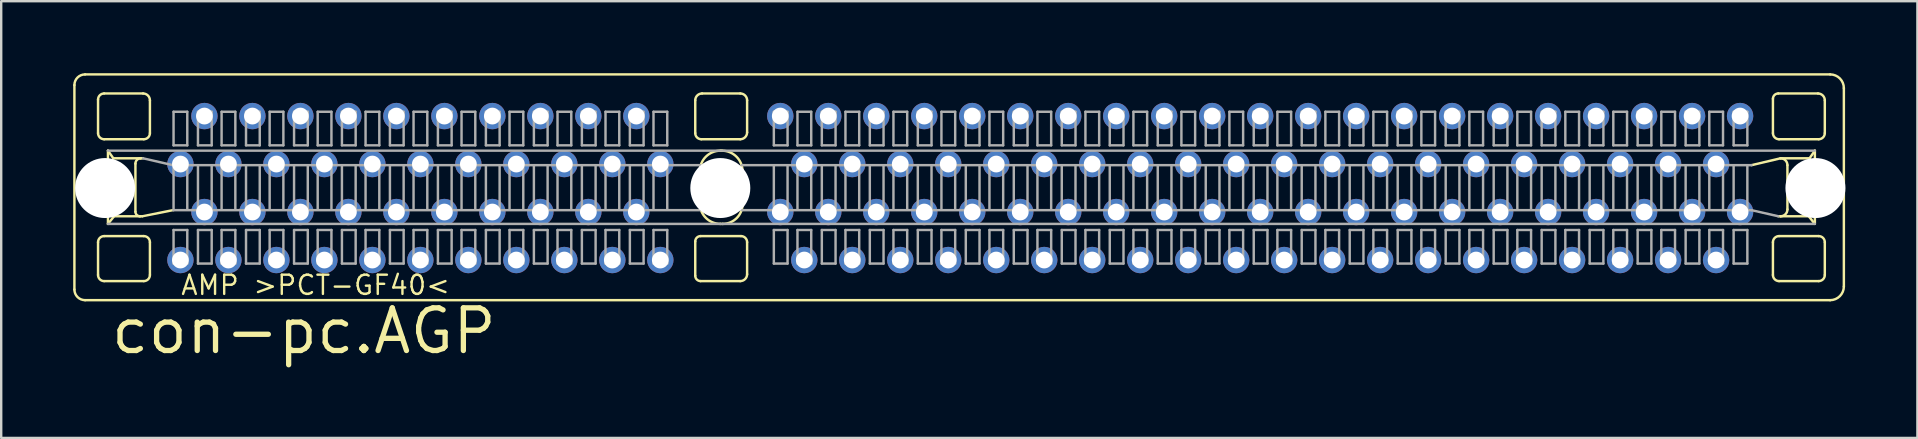
<source format=kicad_pcb>
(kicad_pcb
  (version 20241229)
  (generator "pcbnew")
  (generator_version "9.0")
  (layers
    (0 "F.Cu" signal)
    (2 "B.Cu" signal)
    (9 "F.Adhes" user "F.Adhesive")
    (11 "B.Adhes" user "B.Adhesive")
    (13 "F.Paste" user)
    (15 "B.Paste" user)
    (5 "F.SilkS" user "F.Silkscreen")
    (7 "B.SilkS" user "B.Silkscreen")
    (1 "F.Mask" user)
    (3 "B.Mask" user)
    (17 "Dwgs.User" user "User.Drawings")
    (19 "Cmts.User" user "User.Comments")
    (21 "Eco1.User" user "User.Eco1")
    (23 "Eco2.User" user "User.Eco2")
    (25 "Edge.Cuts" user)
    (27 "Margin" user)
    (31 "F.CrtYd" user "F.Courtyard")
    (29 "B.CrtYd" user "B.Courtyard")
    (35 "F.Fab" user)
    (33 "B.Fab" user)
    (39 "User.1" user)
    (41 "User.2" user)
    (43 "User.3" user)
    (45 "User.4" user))
  (footprint "con-pc.AGP"
    (layer "F.Cu")
    (at 4.469 4.787)
    (property "Reference" "con-pc.AGP" (at -3 7 0) (layer "F.SilkS") (effects (font (size 1.778 1.778) (thickness 0.22)) (justify left bottom)))
    (attr through_hole)
    (fp_line (start -4.418 -4.291) (end -4.418 4.228) (stroke (width 0.102) (type default)) (layer "F.SilkS"))
    (fp_line (start -3.973 4.673) (end 68.753 4.673) (stroke (width 0.102) (type default)) (layer "F.SilkS"))
    (fp_line (start -3.433 -3.687) (end -3.433 -2.288) (stroke (width 0.102) (type default)) (layer "F.SilkS"))
    (fp_line (start -3.433 2.257) (end -3.433 3.624) (stroke (width 0.102) (type default)) (layer "F.SilkS"))
    (fp_line (start -3.179 -2.034) (end -1.526 -2.034) (stroke (width 0.102) (type default)) (layer "F.SilkS"))
    (fp_line (start -3.179 3.878) (end -1.526 3.878) (stroke (width 0.102) (type default)) (layer "F.SilkS"))
    (fp_line (start -3.02 -1.558) (end -3.02 1.494) (stroke (width 0.102) (type default)) (layer "F.SilkS"))
    (fp_line (start -3.02 -1.558) (end -2.797 -1.24) (stroke (width 0.102) (type default)) (layer "F.SilkS"))
    (fp_line (start -3.02 1.494) (end -2.765 1.176) (stroke (width 0.102) (type default)) (layer "F.SilkS"))
    (fp_line (start -2.797 -1.24) (end -1.653 -1.24) (stroke (width 0.102) (type default)) (layer "F.SilkS"))
    (fp_line (start -2.765 1.176) (end -1.685 1.176) (stroke (width 0.102) (type default)) (layer "F.SilkS"))
    (fp_line (start -1.875 -1.017) (end -1.875 0.985) (stroke (width 0.102) (type default)) (layer "F.SilkS"))
    (fp_line (start -1.685 1.176) (end -1.589 1.176) (stroke (width 0.102) (type default)) (layer "F.SilkS"))
    (fp_line (start -1.653 -1.24) (end -1.558 -1.24) (stroke (width 0.102) (type default)) (layer "F.SilkS"))
    (fp_line (start -1.589 1.176) (end -0.318 0.922) (stroke (width 0.102) (type default)) (layer "F.SilkS"))
    (fp_line (start -1.558 -3.942) (end -3.179 -3.942) (stroke (width 0.102) (type default)) (layer "F.SilkS"))
    (fp_line (start -1.526 2.002) (end -3.179 2.002) (stroke (width 0.102) (type default)) (layer "F.SilkS"))
    (fp_line (start -1.271 -2.289) (end -1.271 -3.655) (stroke (width 0.102) (type default)) (layer "F.SilkS"))
    (fp_line (start -1.271 3.624) (end -1.271 2.257) (stroke (width 0.102) (type default)) (layer "F.SilkS"))
    (fp_line (start 21.456 -3.655) (end 21.456 -2.289) (stroke (width 0.102) (type default)) (layer "F.SilkS"))
    (fp_line (start 21.456 2.225) (end 21.456 3.655) (stroke (width 0.102) (type default)) (layer "F.SilkS"))
    (fp_line (start 21.646 -0.699) (end 21.646 0.636) (stroke (width 0.102) (type default)) (layer "F.SilkS"))
    (fp_line (start 21.678 3.878) (end 23.331 3.878) (stroke (width 0.102) (type default)) (layer "F.SilkS"))
    (fp_line (start 21.71 -2.034) (end 23.331 -2.034) (stroke (width 0.102) (type default)) (layer "F.SilkS"))
    (fp_line (start 22.505 1.494) (end 22.6 1.494) (stroke (width 0.102) (type default)) (layer "F.SilkS"))
    (fp_line (start 22.568 -1.558) (end 22.505 -1.558) (stroke (width 0.102) (type default)) (layer "F.SilkS"))
    (fp_line (start 23.331 -3.942) (end 21.742 -3.942) (stroke (width 0.102) (type default)) (layer "F.SilkS"))
    (fp_line (start 23.363 2.002) (end 21.678 2.002) (stroke (width 0.102) (type default)) (layer "F.SilkS"))
    (fp_line (start 23.426 0.667) (end 23.426 -0.699) (stroke (width 0.102) (type default)) (layer "F.SilkS"))
    (fp_line (start 23.617 -2.32) (end 23.617 -3.655) (stroke (width 0.102) (type default)) (layer "F.SilkS"))
    (fp_line (start 23.617 3.592) (end 23.617 2.257) (stroke (width 0.102) (type default)) (layer "F.SilkS"))
    (fp_line (start 66.369 -3.719) (end 66.369 -2.289) (stroke (width 0.102) (type default)) (layer "F.SilkS"))
    (fp_line (start 66.369 2.257) (end 66.369 3.624) (stroke (width 0.102) (type default)) (layer "F.SilkS"))
    (fp_line (start 66.592 1.176) (end 66.687 1.176) (stroke (width 0.102) (type default)) (layer "F.SilkS"))
    (fp_line (start 66.624 -2.034) (end 68.276 -2.034) (stroke (width 0.102) (type default)) (layer "F.SilkS"))
    (fp_line (start 66.624 3.878) (end 68.276 3.878) (stroke (width 0.102) (type default)) (layer "F.SilkS"))
    (fp_line (start 66.687 -1.24) (end 65.479 -0.954) (stroke (width 0.102) (type default)) (layer "F.SilkS"))
    (fp_line (start 66.687 1.176) (end 67.863 1.176) (stroke (width 0.102) (type default)) (layer "F.SilkS"))
    (fp_line (start 66.973 0.89) (end 66.973 -0.954) (stroke (width 0.102) (type default)) (layer "F.SilkS"))
    (fp_line (start 67.863 1.176) (end 68.086 1.462) (stroke (width 0.102) (type default)) (layer "F.SilkS"))
    (fp_line (start 67.895 -1.24) (end 66.687 -1.24) (stroke (width 0.102) (type default)) (layer "F.SilkS"))
    (fp_line (start 68.117 -1.558) (end 67.895 -1.24) (stroke (width 0.102) (type default)) (layer "F.SilkS"))
    (fp_line (start 68.117 1.494) (end 68.117 -1.558) (stroke (width 0.102) (type default)) (layer "F.SilkS"))
    (fp_line (start 68.245 -3.942) (end 66.592 -3.942) (stroke (width 0.102) (type default)) (layer "F.SilkS"))
    (fp_line (start 68.276 2.002) (end 66.624 2.002) (stroke (width 0.102) (type default)) (layer "F.SilkS"))
    (fp_line (start 68.531 -2.289) (end 68.531 -3.655) (stroke (width 0.102) (type default)) (layer "F.SilkS"))
    (fp_line (start 68.531 3.624) (end 68.531 2.257) (stroke (width 0.102) (type default)) (layer "F.SilkS"))
    (fp_line (start 68.753 -4.736) (end -3.973 -4.736) (stroke (width 0.102) (type default)) (layer "F.SilkS"))
    (fp_line (start 69.325 4.1) (end 69.325 -4.164) (stroke (width 0.102) (type default)) (layer "F.SilkS"))
    (fp_arc (start -4.4182 -4.2911) (mid -4.287863 -4.605763) (end -3.9732 -4.7361) (stroke (width 0.1016) (type default)) (layer "F.SilkS"))
    (fp_arc (start -3.9732 4.6725) (mid -4.287863 4.542163) (end -4.4182 4.2275) (stroke (width 0.1016) (type default)) (layer "F.SilkS"))
    (fp_arc (start -3.4328 -3.6872) (mid -3.358259 -3.866959) (end -3.1785 -3.9415) (stroke (width 0.1016) (type default)) (layer "F.SilkS"))
    (fp_arc (start -3.4328 2.2568) (mid -3.358317 2.076983) (end -3.1785 2.0025) (stroke (width 0.1016) (type default)) (layer "F.SilkS"))
    (fp_arc (start -3.1786 -2.0343) (mid -3.358347 -2.108753) (end -3.4328 -2.2885) (stroke (width 0.1016) (type default)) (layer "F.SilkS"))
    (fp_arc (start -3.1786 3.8779) (mid -3.358347 3.803447) (end -3.4328 3.6237) (stroke (width 0.1016) (type default)) (layer "F.SilkS"))
    (fp_arc (start -1.8753 -1.0172) (mid -1.810131 -1.174531) (end -1.6528 -1.2397) (stroke (width 0.1016) (type default)) (layer "F.SilkS"))
    (fp_arc (start -1.6846 1.1761) (mid -1.819445 1.120245) (end -1.8753 0.9854) (stroke (width 0.1016) (type default)) (layer "F.SilkS"))
    (fp_arc (start -1.5575 -3.9415) (mid -1.355197 -3.857703) (end -1.2714 -3.6554) (stroke (width 0.1016) (type default)) (layer "F.SilkS"))
    (fp_arc (start -1.5257 2.0025) (mid -1.345853 2.076953) (end -1.2714 2.2568) (stroke (width 0.1016) (type default)) (layer "F.SilkS"))
    (fp_arc (start -1.2714 -2.2886) (mid -1.345853 -2.108753) (end -1.5257 -2.0343) (stroke (width 0.1016) (type default)) (layer "F.SilkS"))
    (fp_arc (start -1.2714 3.6236) (mid -1.345883 3.803417) (end -1.5257 3.8779) (stroke (width 0.1016) (type default)) (layer "F.SilkS"))
    (fp_arc (start 21.4556 -3.6554) (mid 21.539397 -3.857703) (end 21.7417 -3.9415) (stroke (width 0.1016) (type default)) (layer "F.SilkS"))
    (fp_arc (start 21.4556 2.225) (mid 21.520769 2.067669) (end 21.6781 2.0025) (stroke (width 0.1016) (type default)) (layer "F.SilkS"))
    (fp_arc (start 21.6463 -0.6993) (mid 21.897632 -1.306168) (end 22.5045 -1.5575) (stroke (width 0.1016) (type default)) (layer "F.SilkS"))
    (fp_arc (start 21.6781 3.8779) (mid 21.520827 3.812673) (end 21.4556 3.6554) (stroke (width 0.1016) (type default)) (layer "F.SilkS"))
    (fp_arc (start 21.7099 -2.0343) (mid 21.530083 -2.108783) (end 21.4556 -2.2886) (stroke (width 0.1016) (type default)) (layer "F.SilkS"))
    (fp_arc (start 22.5045 1.4939) (mid 21.897661 1.242539) (end 21.6463 0.6357) (stroke (width 0.1016) (type default)) (layer "F.SilkS"))
    (fp_arc (start 22.5681 -1.5575) (mid 23.174939 -1.306139) (end 23.4263 -0.6993) (stroke (width 0.1016) (type default)) (layer "F.SilkS"))
    (fp_arc (start 23.331 -3.9415) (mid 23.533233 -3.857733) (end 23.617 -3.6555) (stroke (width 0.1016) (type default)) (layer "F.SilkS"))
    (fp_arc (start 23.3628 2.0025) (mid 23.542547 2.076953) (end 23.617 2.2567) (stroke (width 0.1016) (type default)) (layer "F.SilkS"))
    (fp_arc (start 23.4263 0.6675) (mid 23.184253 1.251853) (end 22.5999 1.4939) (stroke (width 0.1016) (type default)) (layer "F.SilkS"))
    (fp_arc (start 23.617 -2.3204) (mid 23.533233 -2.118067) (end 23.3309 -2.0343) (stroke (width 0.1016) (type default)) (layer "F.SilkS"))
    (fp_arc (start 23.617 3.5918) (mid 23.533203 3.794103) (end 23.3309 3.8779) (stroke (width 0.1016) (type default)) (layer "F.SilkS"))
    (fp_arc (start 66.3692 -3.719) (mid 66.434369 -3.876331) (end 66.5917 -3.9415) (stroke (width 0.1016) (type default)) (layer "F.SilkS"))
    (fp_arc (start 66.3692 2.2568) (mid 66.443683 2.076983) (end 66.6235 2.0025) (stroke (width 0.1016) (type default)) (layer "F.SilkS"))
    (fp_arc (start 66.6235 -2.0343) (mid 66.443683 -2.108783) (end 66.3692 -2.2886) (stroke (width 0.1016) (type default)) (layer "F.SilkS"))
    (fp_arc (start 66.6235 3.8779) (mid 66.443741 3.803359) (end 66.3692 3.6236) (stroke (width 0.1016) (type default)) (layer "F.SilkS"))
    (fp_arc (start 66.6871 -1.2397) (mid 66.889333 -1.155933) (end 66.9731 -0.9537) (stroke (width 0.1016) (type default)) (layer "F.SilkS"))
    (fp_arc (start 66.9731 0.8901) (mid 66.889333 1.092333) (end 66.6871 1.1761) (stroke (width 0.1016) (type default)) (layer "F.SilkS"))
    (fp_arc (start 68.2446 -3.9415) (mid 68.446903 -3.857703) (end 68.5307 -3.6554) (stroke (width 0.1016) (type default)) (layer "F.SilkS"))
    (fp_arc (start 68.2764 2.0025) (mid 68.456276 2.076924) (end 68.5307 2.2568) (stroke (width 0.1016) (type default)) (layer "F.SilkS"))
    (fp_arc (start 68.5307 -2.2886) (mid 68.456247 -2.108753) (end 68.2764 -2.0343) (stroke (width 0.1016) (type default)) (layer "F.SilkS"))
    (fp_arc (start 68.5307 3.6236) (mid 68.456217 3.803417) (end 68.2764 3.8779) (stroke (width 0.1016) (type default)) (layer "F.SilkS"))
    (fp_arc (start 68.7532 -4.7361) (mid 69.157736 -4.568536) (end 69.3253 -4.164) (stroke (width 0.1016) (type default)) (layer "F.SilkS"))
    (fp_arc (start 69.3253 4.1004) (mid 69.157736 4.504936) (end 68.7532 4.6725) (stroke (width 0.1016) (type default)) (layer "F.SilkS"))
    (fp_line (start -3.02 1.494) (end 22.505 1.494) (stroke (width 0.102) (type default)) (layer "F.Fab"))
    (fp_line (start -1.558 -1.24) (end -0.318 -0.954) (stroke (width 0.102) (type default)) (layer "F.Fab"))
    (fp_line (start -0.286 -3.179) (end -0.286 -1.78) (stroke (width 0.102) (type default)) (layer "F.Fab"))
    (fp_line (start -0.286 -1.78) (end 0.286 -1.78) (stroke (width 0.102) (type default)) (layer "F.Fab"))
    (fp_line (start -0.286 -0.954) (end -0.286 0.922) (stroke (width 0.102) (type default)) (layer "F.Fab"))
    (fp_line (start -0.286 0.922) (end 21.678 0.922) (stroke (width 0.102) (type default)) (layer "F.Fab"))
    (fp_line (start -0.286 1.748) (end -0.286 3.147) (stroke (width 0.102) (type default)) (layer "F.Fab"))
    (fp_line (start -0.286 3.147) (end 0.286 3.147) (stroke (width 0.102) (type default)) (layer "F.Fab"))
    (fp_line (start 0.286 -3.179) (end -0.286 -3.179) (stroke (width 0.102) (type default)) (layer "F.Fab"))
    (fp_line (start 0.286 -1.78) (end 0.286 -3.179) (stroke (width 0.102) (type default)) (layer "F.Fab"))
    (fp_line (start 0.286 -0.922) (end 0.286 0.89) (stroke (width 0.102) (type default)) (layer "F.Fab"))
    (fp_line (start 0.286 1.748) (end -0.286 1.748) (stroke (width 0.102) (type default)) (layer "F.Fab"))
    (fp_line (start 0.286 3.147) (end 0.286 1.748) (stroke (width 0.102) (type default)) (layer "F.Fab"))
    (fp_line (start 0.731 -3.179) (end 0.731 -1.78) (stroke (width 0.102) (type default)) (layer "F.Fab"))
    (fp_line (start 0.731 -1.78) (end 1.303 -1.78) (stroke (width 0.102) (type default)) (layer "F.Fab"))
    (fp_line (start 0.731 -0.922) (end 0.731 0.89) (stroke (width 0.102) (type default)) (layer "F.Fab"))
    (fp_line (start 0.731 1.748) (end 0.731 3.147) (stroke (width 0.102) (type default)) (layer "F.Fab"))
    (fp_line (start 0.731 3.147) (end 1.303 3.147) (stroke (width 0.102) (type default)) (layer "F.Fab"))
    (fp_line (start 1.303 -3.179) (end 0.731 -3.179) (stroke (width 0.102) (type default)) (layer "F.Fab"))
    (fp_line (start 1.303 -1.78) (end 1.303 -3.179) (stroke (width 0.102) (type default)) (layer "F.Fab"))
    (fp_line (start 1.303 -0.922) (end 1.303 0.89) (stroke (width 0.102) (type default)) (layer "F.Fab"))
    (fp_line (start 1.303 1.748) (end 0.731 1.748) (stroke (width 0.102) (type default)) (layer "F.Fab"))
    (fp_line (start 1.303 3.147) (end 1.303 1.748) (stroke (width 0.102) (type default)) (layer "F.Fab"))
    (fp_line (start 1.716 -3.179) (end 1.716 -1.78) (stroke (width 0.102) (type default)) (layer "F.Fab"))
    (fp_line (start 1.716 -1.78) (end 2.289 -1.78) (stroke (width 0.102) (type default)) (layer "F.Fab"))
    (fp_line (start 1.716 -0.922) (end 1.716 0.89) (stroke (width 0.102) (type default)) (layer "F.Fab"))
    (fp_line (start 1.716 1.748) (end 1.716 3.147) (stroke (width 0.102) (type default)) (layer "F.Fab"))
    (fp_line (start 1.716 3.147) (end 2.289 3.147) (stroke (width 0.102) (type default)) (layer "F.Fab"))
    (fp_line (start 2.289 -3.179) (end 1.716 -3.179) (stroke (width 0.102) (type default)) (layer "F.Fab"))
    (fp_line (start 2.289 -1.78) (end 2.289 -3.179) (stroke (width 0.102) (type default)) (layer "F.Fab"))
    (fp_line (start 2.289 -0.922) (end 2.289 0.89) (stroke (width 0.102) (type default)) (layer "F.Fab"))
    (fp_line (start 2.289 1.748) (end 1.716 1.748) (stroke (width 0.102) (type default)) (layer "F.Fab"))
    (fp_line (start 2.289 3.147) (end 2.289 1.748) (stroke (width 0.102) (type default)) (layer "F.Fab"))
    (fp_line (start 2.734 -3.179) (end 2.734 -1.78) (stroke (width 0.102) (type default)) (layer "F.Fab"))
    (fp_line (start 2.734 -1.78) (end 3.306 -1.78) (stroke (width 0.102) (type default)) (layer "F.Fab"))
    (fp_line (start 2.734 -0.922) (end 2.734 0.89) (stroke (width 0.102) (type default)) (layer "F.Fab"))
    (fp_line (start 2.734 1.748) (end 2.734 3.147) (stroke (width 0.102) (type default)) (layer "F.Fab"))
    (fp_line (start 2.734 3.147) (end 3.306 3.147) (stroke (width 0.102) (type default)) (layer "F.Fab"))
    (fp_line (start 3.306 -3.179) (end 2.734 -3.179) (stroke (width 0.102) (type default)) (layer "F.Fab"))
    (fp_line (start 3.306 -1.78) (end 3.306 -3.179) (stroke (width 0.102) (type default)) (layer "F.Fab"))
    (fp_line (start 3.306 -0.922) (end 3.306 0.89) (stroke (width 0.102) (type default)) (layer "F.Fab"))
    (fp_line (start 3.306 1.748) (end 2.734 1.748) (stroke (width 0.102) (type default)) (layer "F.Fab"))
    (fp_line (start 3.306 3.147) (end 3.306 1.748) (stroke (width 0.102) (type default)) (layer "F.Fab"))
    (fp_line (start 3.719 -3.179) (end 3.719 -1.78) (stroke (width 0.102) (type default)) (layer "F.Fab"))
    (fp_line (start 3.719 -1.78) (end 4.291 -1.78) (stroke (width 0.102) (type default)) (layer "F.Fab"))
    (fp_line (start 3.719 -0.922) (end 3.719 0.89) (stroke (width 0.102) (type default)) (layer "F.Fab"))
    (fp_line (start 3.719 1.748) (end 3.719 3.147) (stroke (width 0.102) (type default)) (layer "F.Fab"))
    (fp_line (start 3.719 3.147) (end 4.291 3.147) (stroke (width 0.102) (type default)) (layer "F.Fab"))
    (fp_line (start 4.291 -3.179) (end 3.719 -3.179) (stroke (width 0.102) (type default)) (layer "F.Fab"))
    (fp_line (start 4.291 -1.78) (end 4.291 -3.179) (stroke (width 0.102) (type default)) (layer "F.Fab"))
    (fp_line (start 4.291 -0.922) (end 4.291 0.89) (stroke (width 0.102) (type default)) (layer "F.Fab"))
    (fp_line (start 4.291 1.748) (end 3.719 1.748) (stroke (width 0.102) (type default)) (layer "F.Fab"))
    (fp_line (start 4.291 3.147) (end 4.291 1.748) (stroke (width 0.102) (type default)) (layer "F.Fab"))
    (fp_line (start 4.736 -3.179) (end 4.736 -1.78) (stroke (width 0.102) (type default)) (layer "F.Fab"))
    (fp_line (start 4.736 -1.78) (end 5.308 -1.78) (stroke (width 0.102) (type default)) (layer "F.Fab"))
    (fp_line (start 4.736 -0.922) (end 4.736 0.89) (stroke (width 0.102) (type default)) (layer "F.Fab"))
    (fp_line (start 4.736 1.748) (end 4.736 3.147) (stroke (width 0.102) (type default)) (layer "F.Fab"))
    (fp_line (start 4.736 3.147) (end 5.308 3.147) (stroke (width 0.102) (type default)) (layer "F.Fab"))
    (fp_line (start 5.308 -3.179) (end 4.736 -3.179) (stroke (width 0.102) (type default)) (layer "F.Fab"))
    (fp_line (start 5.308 -1.78) (end 5.308 -3.179) (stroke (width 0.102) (type default)) (layer "F.Fab"))
    (fp_line (start 5.308 -0.922) (end 5.308 0.89) (stroke (width 0.102) (type default)) (layer "F.Fab"))
    (fp_line (start 5.308 1.748) (end 4.736 1.748) (stroke (width 0.102) (type default)) (layer "F.Fab"))
    (fp_line (start 5.308 3.147) (end 5.308 1.748) (stroke (width 0.102) (type default)) (layer "F.Fab"))
    (fp_line (start 5.721 -3.179) (end 5.721 -1.78) (stroke (width 0.102) (type default)) (layer "F.Fab"))
    (fp_line (start 5.721 -1.78) (end 6.294 -1.78) (stroke (width 0.102) (type default)) (layer "F.Fab"))
    (fp_line (start 5.721 -0.922) (end 5.721 0.89) (stroke (width 0.102) (type default)) (layer "F.Fab"))
    (fp_line (start 5.721 1.748) (end 5.721 3.147) (stroke (width 0.102) (type default)) (layer "F.Fab"))
    (fp_line (start 5.721 3.147) (end 6.294 3.147) (stroke (width 0.102) (type default)) (layer "F.Fab"))
    (fp_line (start 6.294 -3.179) (end 5.721 -3.179) (stroke (width 0.102) (type default)) (layer "F.Fab"))
    (fp_line (start 6.294 -1.78) (end 6.294 -3.179) (stroke (width 0.102) (type default)) (layer "F.Fab"))
    (fp_line (start 6.294 -0.922) (end 6.294 0.89) (stroke (width 0.102) (type default)) (layer "F.Fab"))
    (fp_line (start 6.294 1.748) (end 5.721 1.748) (stroke (width 0.102) (type default)) (layer "F.Fab"))
    (fp_line (start 6.294 3.147) (end 6.294 1.748) (stroke (width 0.102) (type default)) (layer "F.Fab"))
    (fp_line (start 6.731 -3.179) (end 6.731 -1.78) (stroke (width 0.102) (type default)) (layer "F.Fab"))
    (fp_line (start 6.731 -1.78) (end 7.303 -1.78) (stroke (width 0.102) (type default)) (layer "F.Fab"))
    (fp_line (start 6.731 -0.922) (end 6.731 0.89) (stroke (width 0.102) (type default)) (layer "F.Fab"))
    (fp_line (start 6.731 1.748) (end 6.731 3.147) (stroke (width 0.102) (type default)) (layer "F.Fab"))
    (fp_line (start 6.731 3.147) (end 7.303 3.147) (stroke (width 0.102) (type default)) (layer "F.Fab"))
    (fp_line (start 7.303 -3.179) (end 6.731 -3.179) (stroke (width 0.102) (type default)) (layer "F.Fab"))
    (fp_line (start 7.303 -1.78) (end 7.303 -3.179) (stroke (width 0.102) (type default)) (layer "F.Fab"))
    (fp_line (start 7.303 -0.922) (end 7.303 0.89) (stroke (width 0.102) (type default)) (layer "F.Fab"))
    (fp_line (start 7.303 1.748) (end 6.731 1.748) (stroke (width 0.102) (type default)) (layer "F.Fab"))
    (fp_line (start 7.303 3.147) (end 7.303 1.748) (stroke (width 0.102) (type default)) (layer "F.Fab"))
    (fp_line (start 7.716 -3.179) (end 7.716 -1.78) (stroke (width 0.102) (type default)) (layer "F.Fab"))
    (fp_line (start 7.716 -1.78) (end 8.289 -1.78) (stroke (width 0.102) (type default)) (layer "F.Fab"))
    (fp_line (start 7.716 -0.922) (end 7.716 0.89) (stroke (width 0.102) (type default)) (layer "F.Fab"))
    (fp_line (start 7.716 1.748) (end 7.716 3.147) (stroke (width 0.102) (type default)) (layer "F.Fab"))
    (fp_line (start 7.716 3.147) (end 8.289 3.147) (stroke (width 0.102) (type default)) (layer "F.Fab"))
    (fp_line (start 8.289 -3.179) (end 7.716 -3.179) (stroke (width 0.102) (type default)) (layer "F.Fab"))
    (fp_line (start 8.289 -1.78) (end 8.289 -3.179) (stroke (width 0.102) (type default)) (layer "F.Fab"))
    (fp_line (start 8.289 -0.922) (end 8.289 0.89) (stroke (width 0.102) (type default)) (layer "F.Fab"))
    (fp_line (start 8.289 1.748) (end 7.716 1.748) (stroke (width 0.102) (type default)) (layer "F.Fab"))
    (fp_line (start 8.289 3.147) (end 8.289 1.748) (stroke (width 0.102) (type default)) (layer "F.Fab"))
    (fp_line (start 8.731 -3.179) (end 8.731 -1.78) (stroke (width 0.102) (type default)) (layer "F.Fab"))
    (fp_line (start 8.731 -1.78) (end 9.303 -1.78) (stroke (width 0.102) (type default)) (layer "F.Fab"))
    (fp_line (start 8.731 -0.922) (end 8.731 0.89) (stroke (width 0.102) (type default)) (layer "F.Fab"))
    (fp_line (start 8.731 1.748) (end 8.731 3.147) (stroke (width 0.102) (type default)) (layer "F.Fab"))
    (fp_line (start 8.731 3.147) (end 9.303 3.147) (stroke (width 0.102) (type default)) (layer "F.Fab"))
    (fp_line (start 9.303 -3.179) (end 8.731 -3.179) (stroke (width 0.102) (type default)) (layer "F.Fab"))
    (fp_line (start 9.303 -1.78) (end 9.303 -3.179) (stroke (width 0.102) (type default)) (layer "F.Fab"))
    (fp_line (start 9.303 -0.922) (end 9.303 0.89) (stroke (width 0.102) (type default)) (layer "F.Fab"))
    (fp_line (start 9.303 1.748) (end 8.731 1.748) (stroke (width 0.102) (type default)) (layer "F.Fab"))
    (fp_line (start 9.303 3.147) (end 9.303 1.748) (stroke (width 0.102) (type default)) (layer "F.Fab"))
    (fp_line (start 9.716 -3.179) (end 9.716 -1.78) (stroke (width 0.102) (type default)) (layer "F.Fab"))
    (fp_line (start 9.716 -1.78) (end 10.289 -1.78) (stroke (width 0.102) (type default)) (layer "F.Fab"))
    (fp_line (start 9.716 -0.922) (end 9.716 0.89) (stroke (width 0.102) (type default)) (layer "F.Fab"))
    (fp_line (start 9.716 1.748) (end 9.716 3.147) (stroke (width 0.102) (type default)) (layer "F.Fab"))
    (fp_line (start 9.716 3.147) (end 10.289 3.147) (stroke (width 0.102) (type default)) (layer "F.Fab"))
    (fp_line (start 10.289 -3.179) (end 9.716 -3.179) (stroke (width 0.102) (type default)) (layer "F.Fab"))
    (fp_line (start 10.289 -1.78) (end 10.289 -3.179) (stroke (width 0.102) (type default)) (layer "F.Fab"))
    (fp_line (start 10.289 -0.922) (end 10.289 0.89) (stroke (width 0.102) (type default)) (layer "F.Fab"))
    (fp_line (start 10.289 1.748) (end 9.716 1.748) (stroke (width 0.102) (type default)) (layer "F.Fab"))
    (fp_line (start 10.289 3.147) (end 10.289 1.748) (stroke (width 0.102) (type default)) (layer "F.Fab"))
    (fp_line (start 10.731 -3.179) (end 10.731 -1.78) (stroke (width 0.102) (type default)) (layer "F.Fab"))
    (fp_line (start 10.731 -1.78) (end 11.303 -1.78) (stroke (width 0.102) (type default)) (layer "F.Fab"))
    (fp_line (start 10.731 -0.922) (end 10.731 0.89) (stroke (width 0.102) (type default)) (layer "F.Fab"))
    (fp_line (start 10.731 1.748) (end 10.731 3.147) (stroke (width 0.102) (type default)) (layer "F.Fab"))
    (fp_line (start 10.731 3.147) (end 11.303 3.147) (stroke (width 0.102) (type default)) (layer "F.Fab"))
    (fp_line (start 11.303 -3.179) (end 10.731 -3.179) (stroke (width 0.102) (type default)) (layer "F.Fab"))
    (fp_line (start 11.303 -1.78) (end 11.303 -3.179) (stroke (width 0.102) (type default)) (layer "F.Fab"))
    (fp_line (start 11.303 -0.922) (end 11.303 0.89) (stroke (width 0.102) (type default)) (layer "F.Fab"))
    (fp_line (start 11.303 1.748) (end 10.731 1.748) (stroke (width 0.102) (type default)) (layer "F.Fab"))
    (fp_line (start 11.303 3.147) (end 11.303 1.748) (stroke (width 0.102) (type default)) (layer "F.Fab"))
    (fp_line (start 11.716 -3.179) (end 11.716 -1.78) (stroke (width 0.102) (type default)) (layer "F.Fab"))
    (fp_line (start 11.716 -1.78) (end 12.289 -1.78) (stroke (width 0.102) (type default)) (layer "F.Fab"))
    (fp_line (start 11.716 -0.922) (end 11.716 0.89) (stroke (width 0.102) (type default)) (layer "F.Fab"))
    (fp_line (start 11.716 1.748) (end 11.716 3.147) (stroke (width 0.102) (type default)) (layer "F.Fab"))
    (fp_line (start 11.716 3.147) (end 12.289 3.147) (stroke (width 0.102) (type default)) (layer "F.Fab"))
    (fp_line (start 12.289 -3.179) (end 11.716 -3.179) (stroke (width 0.102) (type default)) (layer "F.Fab"))
    (fp_line (start 12.289 -1.78) (end 12.289 -3.179) (stroke (width 0.102) (type default)) (layer "F.Fab"))
    (fp_line (start 12.289 -0.922) (end 12.289 0.89) (stroke (width 0.102) (type default)) (layer "F.Fab"))
    (fp_line (start 12.289 1.748) (end 11.716 1.748) (stroke (width 0.102) (type default)) (layer "F.Fab"))
    (fp_line (start 12.289 3.147) (end 12.289 1.748) (stroke (width 0.102) (type default)) (layer "F.Fab"))
    (fp_line (start 12.731 -3.179) (end 12.731 -1.78) (stroke (width 0.102) (type default)) (layer "F.Fab"))
    (fp_line (start 12.731 -1.78) (end 13.303 -1.78) (stroke (width 0.102) (type default)) (layer "F.Fab"))
    (fp_line (start 12.731 -0.922) (end 12.731 0.89) (stroke (width 0.102) (type default)) (layer "F.Fab"))
    (fp_line (start 12.731 1.748) (end 12.731 3.147) (stroke (width 0.102) (type default)) (layer "F.Fab"))
    (fp_line (start 12.731 3.147) (end 13.303 3.147) (stroke (width 0.102) (type default)) (layer "F.Fab"))
    (fp_line (start 13.303 -3.179) (end 12.731 -3.179) (stroke (width 0.102) (type default)) (layer "F.Fab"))
    (fp_line (start 13.303 -1.78) (end 13.303 -3.179) (stroke (width 0.102) (type default)) (layer "F.Fab"))
    (fp_line (start 13.303 -0.922) (end 13.303 0.89) (stroke (width 0.102) (type default)) (layer "F.Fab"))
    (fp_line (start 13.303 1.748) (end 12.731 1.748) (stroke (width 0.102) (type default)) (layer "F.Fab"))
    (fp_line (start 13.303 3.147) (end 13.303 1.748) (stroke (width 0.102) (type default)) (layer "F.Fab"))
    (fp_line (start 13.716 -3.179) (end 13.716 -1.78) (stroke (width 0.102) (type default)) (layer "F.Fab"))
    (fp_line (start 13.716 -1.78) (end 14.289 -1.78) (stroke (width 0.102) (type default)) (layer "F.Fab"))
    (fp_line (start 13.716 -0.922) (end 13.716 0.89) (stroke (width 0.102) (type default)) (layer "F.Fab"))
    (fp_line (start 13.716 1.748) (end 13.716 3.147) (stroke (width 0.102) (type default)) (layer "F.Fab"))
    (fp_line (start 13.716 3.147) (end 14.289 3.147) (stroke (width 0.102) (type default)) (layer "F.Fab"))
    (fp_line (start 14.289 -3.179) (end 13.716 -3.179) (stroke (width 0.102) (type default)) (layer "F.Fab"))
    (fp_line (start 14.289 -1.78) (end 14.289 -3.179) (stroke (width 0.102) (type default)) (layer "F.Fab"))
    (fp_line (start 14.289 -0.922) (end 14.289 0.89) (stroke (width 0.102) (type default)) (layer "F.Fab"))
    (fp_line (start 14.289 1.748) (end 13.716 1.748) (stroke (width 0.102) (type default)) (layer "F.Fab"))
    (fp_line (start 14.289 3.147) (end 14.289 1.748) (stroke (width 0.102) (type default)) (layer "F.Fab"))
    (fp_line (start 14.731 -3.179) (end 14.731 -1.78) (stroke (width 0.102) (type default)) (layer "F.Fab"))
    (fp_line (start 14.731 -1.78) (end 15.303 -1.78) (stroke (width 0.102) (type default)) (layer "F.Fab"))
    (fp_line (start 14.731 -0.922) (end 14.731 0.89) (stroke (width 0.102) (type default)) (layer "F.Fab"))
    (fp_line (start 14.731 1.748) (end 14.731 3.147) (stroke (width 0.102) (type default)) (layer "F.Fab"))
    (fp_line (start 14.731 3.147) (end 15.303 3.147) (stroke (width 0.102) (type default)) (layer "F.Fab"))
    (fp_line (start 15.303 -3.179) (end 14.731 -3.179) (stroke (width 0.102) (type default)) (layer "F.Fab"))
    (fp_line (start 15.303 -1.78) (end 15.303 -3.179) (stroke (width 0.102) (type default)) (layer "F.Fab"))
    (fp_line (start 15.303 -0.922) (end 15.303 0.89) (stroke (width 0.102) (type default)) (layer "F.Fab"))
    (fp_line (start 15.303 1.748) (end 14.731 1.748) (stroke (width 0.102) (type default)) (layer "F.Fab"))
    (fp_line (start 15.303 3.147) (end 15.303 1.748) (stroke (width 0.102) (type default)) (layer "F.Fab"))
    (fp_line (start 15.716 -3.179) (end 15.716 -1.78) (stroke (width 0.102) (type default)) (layer "F.Fab"))
    (fp_line (start 15.716 -1.78) (end 16.289 -1.78) (stroke (width 0.102) (type default)) (layer "F.Fab"))
    (fp_line (start 15.716 -0.922) (end 15.716 0.89) (stroke (width 0.102) (type default)) (layer "F.Fab"))
    (fp_line (start 15.716 1.748) (end 15.716 3.147) (stroke (width 0.102) (type default)) (layer "F.Fab"))
    (fp_line (start 15.716 3.147) (end 16.289 3.147) (stroke (width 0.102) (type default)) (layer "F.Fab"))
    (fp_line (start 16.289 -3.179) (end 15.716 -3.179) (stroke (width 0.102) (type default)) (layer "F.Fab"))
    (fp_line (start 16.289 -1.78) (end 16.289 -3.179) (stroke (width 0.102) (type default)) (layer "F.Fab"))
    (fp_line (start 16.289 -0.922) (end 16.289 0.89) (stroke (width 0.102) (type default)) (layer "F.Fab"))
    (fp_line (start 16.289 1.748) (end 15.716 1.748) (stroke (width 0.102) (type default)) (layer "F.Fab"))
    (fp_line (start 16.289 3.147) (end 16.289 1.748) (stroke (width 0.102) (type default)) (layer "F.Fab"))
    (fp_line (start 16.731 -3.179) (end 16.731 -1.78) (stroke (width 0.102) (type default)) (layer "F.Fab"))
    (fp_line (start 16.731 -1.78) (end 17.303 -1.78) (stroke (width 0.102) (type default)) (layer "F.Fab"))
    (fp_line (start 16.731 -0.922) (end 16.731 0.89) (stroke (width 0.102) (type default)) (layer "F.Fab"))
    (fp_line (start 16.731 1.748) (end 16.731 3.147) (stroke (width 0.102) (type default)) (layer "F.Fab"))
    (fp_line (start 16.731 3.147) (end 17.303 3.147) (stroke (width 0.102) (type default)) (layer "F.Fab"))
    (fp_line (start 17.303 -3.179) (end 16.731 -3.179) (stroke (width 0.102) (type default)) (layer "F.Fab"))
    (fp_line (start 17.303 -1.78) (end 17.303 -3.179) (stroke (width 0.102) (type default)) (layer "F.Fab"))
    (fp_line (start 17.303 -0.922) (end 17.303 0.89) (stroke (width 0.102) (type default)) (layer "F.Fab"))
    (fp_line (start 17.303 1.748) (end 16.731 1.748) (stroke (width 0.102) (type default)) (layer "F.Fab"))
    (fp_line (start 17.303 3.147) (end 17.303 1.748) (stroke (width 0.102) (type default)) (layer "F.Fab"))
    (fp_line (start 17.716 -3.179) (end 17.716 -1.78) (stroke (width 0.102) (type default)) (layer "F.Fab"))
    (fp_line (start 17.716 -1.78) (end 18.289 -1.78) (stroke (width 0.102) (type default)) (layer "F.Fab"))
    (fp_line (start 17.716 -0.922) (end 17.716 0.89) (stroke (width 0.102) (type default)) (layer "F.Fab"))
    (fp_line (start 17.716 1.748) (end 17.716 3.147) (stroke (width 0.102) (type default)) (layer "F.Fab"))
    (fp_line (start 17.716 3.147) (end 18.289 3.147) (stroke (width 0.102) (type default)) (layer "F.Fab"))
    (fp_line (start 18.289 -3.179) (end 17.716 -3.179) (stroke (width 0.102) (type default)) (layer "F.Fab"))
    (fp_line (start 18.289 -1.78) (end 18.289 -3.179) (stroke (width 0.102) (type default)) (layer "F.Fab"))
    (fp_line (start 18.289 -0.922) (end 18.289 0.89) (stroke (width 0.102) (type default)) (layer "F.Fab"))
    (fp_line (start 18.289 1.748) (end 17.716 1.748) (stroke (width 0.102) (type default)) (layer "F.Fab"))
    (fp_line (start 18.289 3.147) (end 18.289 1.748) (stroke (width 0.102) (type default)) (layer "F.Fab"))
    (fp_line (start 18.731 -3.179) (end 18.731 -1.78) (stroke (width 0.102) (type default)) (layer "F.Fab"))
    (fp_line (start 18.731 -1.78) (end 19.303 -1.78) (stroke (width 0.102) (type default)) (layer "F.Fab"))
    (fp_line (start 18.731 -0.922) (end 18.731 0.89) (stroke (width 0.102) (type default)) (layer "F.Fab"))
    (fp_line (start 18.731 1.748) (end 18.731 3.147) (stroke (width 0.102) (type default)) (layer "F.Fab"))
    (fp_line (start 18.731 3.147) (end 19.303 3.147) (stroke (width 0.102) (type default)) (layer "F.Fab"))
    (fp_line (start 19.303 -3.179) (end 18.731 -3.179) (stroke (width 0.102) (type default)) (layer "F.Fab"))
    (fp_line (start 19.303 -1.78) (end 19.303 -3.179) (stroke (width 0.102) (type default)) (layer "F.Fab"))
    (fp_line (start 19.303 -0.922) (end 19.303 0.89) (stroke (width 0.102) (type default)) (layer "F.Fab"))
    (fp_line (start 19.303 1.748) (end 18.731 1.748) (stroke (width 0.102) (type default)) (layer "F.Fab"))
    (fp_line (start 19.303 3.147) (end 19.303 1.748) (stroke (width 0.102) (type default)) (layer "F.Fab"))
    (fp_line (start 19.716 -3.179) (end 19.716 -1.78) (stroke (width 0.102) (type default)) (layer "F.Fab"))
    (fp_line (start 19.716 -1.78) (end 20.289 -1.78) (stroke (width 0.102) (type default)) (layer "F.Fab"))
    (fp_line (start 19.716 -0.922) (end 19.716 0.89) (stroke (width 0.102) (type default)) (layer "F.Fab"))
    (fp_line (start 19.716 1.748) (end 19.716 3.147) (stroke (width 0.102) (type default)) (layer "F.Fab"))
    (fp_line (start 19.716 3.147) (end 20.289 3.147) (stroke (width 0.102) (type default)) (layer "F.Fab"))
    (fp_line (start 20.289 -3.179) (end 19.716 -3.179) (stroke (width 0.102) (type default)) (layer "F.Fab"))
    (fp_line (start 20.289 -1.78) (end 20.289 -3.179) (stroke (width 0.102) (type default)) (layer "F.Fab"))
    (fp_line (start 20.289 -0.922) (end 20.289 0.89) (stroke (width 0.102) (type default)) (layer "F.Fab"))
    (fp_line (start 20.289 1.748) (end 19.716 1.748) (stroke (width 0.102) (type default)) (layer "F.Fab"))
    (fp_line (start 20.289 3.147) (end 20.289 1.748) (stroke (width 0.102) (type default)) (layer "F.Fab"))
    (fp_line (start 21.678 -0.954) (end -0.286 -0.954) (stroke (width 0.102) (type default)) (layer "F.Fab"))
    (fp_line (start 22.505 -1.558) (end -3.02 -1.558) (stroke (width 0.102) (type default)) (layer "F.Fab"))
    (fp_line (start 22.568 1.494) (end 68.117 1.494) (stroke (width 0.102) (type default)) (layer "F.Fab"))
    (fp_line (start 23.395 0.922) (end 65.479 0.922) (stroke (width 0.102) (type default)) (layer "F.Fab"))
    (fp_line (start 24.731 -3.179) (end 24.731 -1.78) (stroke (width 0.102) (type default)) (layer "F.Fab"))
    (fp_line (start 24.731 -1.78) (end 25.303 -1.78) (stroke (width 0.102) (type default)) (layer "F.Fab"))
    (fp_line (start 24.731 -0.922) (end 24.731 0.89) (stroke (width 0.102) (type default)) (layer "F.Fab"))
    (fp_line (start 24.731 1.748) (end 24.731 3.147) (stroke (width 0.102) (type default)) (layer "F.Fab"))
    (fp_line (start 24.731 3.147) (end 25.303 3.147) (stroke (width 0.102) (type default)) (layer "F.Fab"))
    (fp_line (start 25.303 -3.179) (end 24.731 -3.179) (stroke (width 0.102) (type default)) (layer "F.Fab"))
    (fp_line (start 25.303 -1.78) (end 25.303 -3.179) (stroke (width 0.102) (type default)) (layer "F.Fab"))
    (fp_line (start 25.303 -0.922) (end 25.303 0.89) (stroke (width 0.102) (type default)) (layer "F.Fab"))
    (fp_line (start 25.303 1.748) (end 24.731 1.748) (stroke (width 0.102) (type default)) (layer "F.Fab"))
    (fp_line (start 25.303 3.147) (end 25.303 1.748) (stroke (width 0.102) (type default)) (layer "F.Fab"))
    (fp_line (start 25.716 -3.179) (end 25.716 -1.78) (stroke (width 0.102) (type default)) (layer "F.Fab"))
    (fp_line (start 25.716 -1.78) (end 26.289 -1.78) (stroke (width 0.102) (type default)) (layer "F.Fab"))
    (fp_line (start 25.716 -0.922) (end 25.716 0.89) (stroke (width 0.102) (type default)) (layer "F.Fab"))
    (fp_line (start 25.716 1.748) (end 25.716 3.147) (stroke (width 0.102) (type default)) (layer "F.Fab"))
    (fp_line (start 25.716 3.147) (end 26.289 3.147) (stroke (width 0.102) (type default)) (layer "F.Fab"))
    (fp_line (start 26.289 -3.179) (end 25.716 -3.179) (stroke (width 0.102) (type default)) (layer "F.Fab"))
    (fp_line (start 26.289 -1.78) (end 26.289 -3.179) (stroke (width 0.102) (type default)) (layer "F.Fab"))
    (fp_line (start 26.289 -0.922) (end 26.289 0.89) (stroke (width 0.102) (type default)) (layer "F.Fab"))
    (fp_line (start 26.289 1.748) (end 25.716 1.748) (stroke (width 0.102) (type default)) (layer "F.Fab"))
    (fp_line (start 26.289 3.147) (end 26.289 1.748) (stroke (width 0.102) (type default)) (layer "F.Fab"))
    (fp_line (start 26.731 -3.179) (end 26.731 -1.78) (stroke (width 0.102) (type default)) (layer "F.Fab"))
    (fp_line (start 26.731 -1.78) (end 27.303 -1.78) (stroke (width 0.102) (type default)) (layer "F.Fab"))
    (fp_line (start 26.731 -0.922) (end 26.731 0.89) (stroke (width 0.102) (type default)) (layer "F.Fab"))
    (fp_line (start 26.731 1.748) (end 26.731 3.147) (stroke (width 0.102) (type default)) (layer "F.Fab"))
    (fp_line (start 26.731 3.147) (end 27.303 3.147) (stroke (width 0.102) (type default)) (layer "F.Fab"))
    (fp_line (start 27.303 -3.179) (end 26.731 -3.179) (stroke (width 0.102) (type default)) (layer "F.Fab"))
    (fp_line (start 27.303 -1.78) (end 27.303 -3.179) (stroke (width 0.102) (type default)) (layer "F.Fab"))
    (fp_line (start 27.303 -0.922) (end 27.303 0.89) (stroke (width 0.102) (type default)) (layer "F.Fab"))
    (fp_line (start 27.303 1.748) (end 26.731 1.748) (stroke (width 0.102) (type default)) (layer "F.Fab"))
    (fp_line (start 27.303 3.147) (end 27.303 1.748) (stroke (width 0.102) (type default)) (layer "F.Fab"))
    (fp_line (start 27.716 -3.179) (end 27.716 -1.78) (stroke (width 0.102) (type default)) (layer "F.Fab"))
    (fp_line (start 27.716 -1.78) (end 28.289 -1.78) (stroke (width 0.102) (type default)) (layer "F.Fab"))
    (fp_line (start 27.716 -0.922) (end 27.716 0.89) (stroke (width 0.102) (type default)) (layer "F.Fab"))
    (fp_line (start 27.716 1.748) (end 27.716 3.147) (stroke (width 0.102) (type default)) (layer "F.Fab"))
    (fp_line (start 27.716 3.147) (end 28.289 3.147) (stroke (width 0.102) (type default)) (layer "F.Fab"))
    (fp_line (start 28.289 -3.179) (end 27.716 -3.179) (stroke (width 0.102) (type default)) (layer "F.Fab"))
    (fp_line (start 28.289 -1.78) (end 28.289 -3.179) (stroke (width 0.102) (type default)) (layer "F.Fab"))
    (fp_line (start 28.289 -0.922) (end 28.289 0.89) (stroke (width 0.102) (type default)) (layer "F.Fab"))
    (fp_line (start 28.289 1.748) (end 27.716 1.748) (stroke (width 0.102) (type default)) (layer "F.Fab"))
    (fp_line (start 28.289 3.147) (end 28.289 1.748) (stroke (width 0.102) (type default)) (layer "F.Fab"))
    (fp_line (start 28.731 -3.179) (end 28.731 -1.78) (stroke (width 0.102) (type default)) (layer "F.Fab"))
    (fp_line (start 28.731 -1.78) (end 29.303 -1.78) (stroke (width 0.102) (type default)) (layer "F.Fab"))
    (fp_line (start 28.731 -0.922) (end 28.731 0.89) (stroke (width 0.102) (type default)) (layer "F.Fab"))
    (fp_line (start 28.731 1.748) (end 28.731 3.147) (stroke (width 0.102) (type default)) (layer "F.Fab"))
    (fp_line (start 28.731 3.147) (end 29.303 3.147) (stroke (width 0.102) (type default)) (layer "F.Fab"))
    (fp_line (start 29.303 -3.179) (end 28.731 -3.179) (stroke (width 0.102) (type default)) (layer "F.Fab"))
    (fp_line (start 29.303 -1.78) (end 29.303 -3.179) (stroke (width 0.102) (type default)) (layer "F.Fab"))
    (fp_line (start 29.303 -0.922) (end 29.303 0.89) (stroke (width 0.102) (type default)) (layer "F.Fab"))
    (fp_line (start 29.303 1.748) (end 28.731 1.748) (stroke (width 0.102) (type default)) (layer "F.Fab"))
    (fp_line (start 29.303 3.147) (end 29.303 1.748) (stroke (width 0.102) (type default)) (layer "F.Fab"))
    (fp_line (start 29.716 -3.179) (end 29.716 -1.78) (stroke (width 0.102) (type default)) (layer "F.Fab"))
    (fp_line (start 29.716 -1.78) (end 30.289 -1.78) (stroke (width 0.102) (type default)) (layer "F.Fab"))
    (fp_line (start 29.716 -0.922) (end 29.716 0.89) (stroke (width 0.102) (type default)) (layer "F.Fab"))
    (fp_line (start 29.716 1.748) (end 29.716 3.147) (stroke (width 0.102) (type default)) (layer "F.Fab"))
    (fp_line (start 29.716 3.147) (end 30.289 3.147) (stroke (width 0.102) (type default)) (layer "F.Fab"))
    (fp_line (start 30.289 -3.179) (end 29.716 -3.179) (stroke (width 0.102) (type default)) (layer "F.Fab"))
    (fp_line (start 30.289 -1.78) (end 30.289 -3.179) (stroke (width 0.102) (type default)) (layer "F.Fab"))
    (fp_line (start 30.289 -0.922) (end 30.289 0.89) (stroke (width 0.102) (type default)) (layer "F.Fab"))
    (fp_line (start 30.289 1.748) (end 29.716 1.748) (stroke (width 0.102) (type default)) (layer "F.Fab"))
    (fp_line (start 30.289 3.147) (end 30.289 1.748) (stroke (width 0.102) (type default)) (layer "F.Fab"))
    (fp_line (start 30.731 -3.179) (end 30.731 -1.78) (stroke (width 0.102) (type default)) (layer "F.Fab"))
    (fp_line (start 30.731 -1.78) (end 31.303 -1.78) (stroke (width 0.102) (type default)) (layer "F.Fab"))
    (fp_line (start 30.731 -0.922) (end 30.731 0.89) (stroke (width 0.102) (type default)) (layer "F.Fab"))
    (fp_line (start 30.731 1.748) (end 30.731 3.147) (stroke (width 0.102) (type default)) (layer "F.Fab"))
    (fp_line (start 30.731 3.147) (end 31.303 3.147) (stroke (width 0.102) (type default)) (layer "F.Fab"))
    (fp_line (start 31.303 -3.179) (end 30.731 -3.179) (stroke (width 0.102) (type default)) (layer "F.Fab"))
    (fp_line (start 31.303 -1.78) (end 31.303 -3.179) (stroke (width 0.102) (type default)) (layer "F.Fab"))
    (fp_line (start 31.303 -0.922) (end 31.303 0.89) (stroke (width 0.102) (type default)) (layer "F.Fab"))
    (fp_line (start 31.303 1.748) (end 30.731 1.748) (stroke (width 0.102) (type default)) (layer "F.Fab"))
    (fp_line (start 31.303 3.147) (end 31.303 1.748) (stroke (width 0.102) (type default)) (layer "F.Fab"))
    (fp_line (start 31.716 -3.179) (end 31.716 -1.78) (stroke (width 0.102) (type default)) (layer "F.Fab"))
    (fp_line (start 31.716 -1.78) (end 32.289 -1.78) (stroke (width 0.102) (type default)) (layer "F.Fab"))
    (fp_line (start 31.716 -0.922) (end 31.716 0.89) (stroke (width 0.102) (type default)) (layer "F.Fab"))
    (fp_line (start 31.716 1.748) (end 31.716 3.147) (stroke (width 0.102) (type default)) (layer "F.Fab"))
    (fp_line (start 31.716 3.147) (end 32.289 3.147) (stroke (width 0.102) (type default)) (layer "F.Fab"))
    (fp_line (start 32.289 -3.179) (end 31.716 -3.179) (stroke (width 0.102) (type default)) (layer "F.Fab"))
    (fp_line (start 32.289 -1.78) (end 32.289 -3.179) (stroke (width 0.102) (type default)) (layer "F.Fab"))
    (fp_line (start 32.289 -0.922) (end 32.289 0.89) (stroke (width 0.102) (type default)) (layer "F.Fab"))
    (fp_line (start 32.289 1.748) (end 31.716 1.748) (stroke (width 0.102) (type default)) (layer "F.Fab"))
    (fp_line (start 32.289 3.147) (end 32.289 1.748) (stroke (width 0.102) (type default)) (layer "F.Fab"))
    (fp_line (start 32.731 -3.179) (end 32.731 -1.78) (stroke (width 0.102) (type default)) (layer "F.Fab"))
    (fp_line (start 32.731 -1.78) (end 33.303 -1.78) (stroke (width 0.102) (type default)) (layer "F.Fab"))
    (fp_line (start 32.731 -0.922) (end 32.731 0.89) (stroke (width 0.102) (type default)) (layer "F.Fab"))
    (fp_line (start 32.731 1.748) (end 32.731 3.147) (stroke (width 0.102) (type default)) (layer "F.Fab"))
    (fp_line (start 32.731 3.147) (end 33.303 3.147) (stroke (width 0.102) (type default)) (layer "F.Fab"))
    (fp_line (start 33.303 -3.179) (end 32.731 -3.179) (stroke (width 0.102) (type default)) (layer "F.Fab"))
    (fp_line (start 33.303 -1.78) (end 33.303 -3.179) (stroke (width 0.102) (type default)) (layer "F.Fab"))
    (fp_line (start 33.303 -0.922) (end 33.303 0.89) (stroke (width 0.102) (type default)) (layer "F.Fab"))
    (fp_line (start 33.303 1.748) (end 32.731 1.748) (stroke (width 0.102) (type default)) (layer "F.Fab"))
    (fp_line (start 33.303 3.147) (end 33.303 1.748) (stroke (width 0.102) (type default)) (layer "F.Fab"))
    (fp_line (start 33.717 -3.179) (end 33.717 -1.78) (stroke (width 0.102) (type default)) (layer "F.Fab"))
    (fp_line (start 33.717 -1.78) (end 34.289 -1.78) (stroke (width 0.102) (type default)) (layer "F.Fab"))
    (fp_line (start 33.717 -0.922) (end 33.717 0.89) (stroke (width 0.102) (type default)) (layer "F.Fab"))
    (fp_line (start 33.717 1.748) (end 33.717 3.147) (stroke (width 0.102) (type default)) (layer "F.Fab"))
    (fp_line (start 33.717 3.147) (end 34.289 3.147) (stroke (width 0.102) (type default)) (layer "F.Fab"))
    (fp_line (start 34.289 -3.179) (end 33.717 -3.179) (stroke (width 0.102) (type default)) (layer "F.Fab"))
    (fp_line (start 34.289 -1.78) (end 34.289 -3.179) (stroke (width 0.102) (type default)) (layer "F.Fab"))
    (fp_line (start 34.289 -0.922) (end 34.289 0.89) (stroke (width 0.102) (type default)) (layer "F.Fab"))
    (fp_line (start 34.289 1.748) (end 33.717 1.748) (stroke (width 0.102) (type default)) (layer "F.Fab"))
    (fp_line (start 34.289 3.147) (end 34.289 1.748) (stroke (width 0.102) (type default)) (layer "F.Fab"))
    (fp_line (start 34.731 -3.179) (end 34.731 -1.78) (stroke (width 0.102) (type default)) (layer "F.Fab"))
    (fp_line (start 34.731 -1.78) (end 35.303 -1.78) (stroke (width 0.102) (type default)) (layer "F.Fab"))
    (fp_line (start 34.731 -0.922) (end 34.731 0.89) (stroke (width 0.102) (type default)) (layer "F.Fab"))
    (fp_line (start 34.731 1.748) (end 34.731 3.147) (stroke (width 0.102) (type default)) (layer "F.Fab"))
    (fp_line (start 34.731 3.147) (end 35.303 3.147) (stroke (width 0.102) (type default)) (layer "F.Fab"))
    (fp_line (start 35.303 -3.179) (end 34.731 -3.179) (stroke (width 0.102) (type default)) (layer "F.Fab"))
    (fp_line (start 35.303 -1.78) (end 35.303 -3.179) (stroke (width 0.102) (type default)) (layer "F.Fab"))
    (fp_line (start 35.303 -0.922) (end 35.303 0.89) (stroke (width 0.102) (type default)) (layer "F.Fab"))
    (fp_line (start 35.303 1.748) (end 34.731 1.748) (stroke (width 0.102) (type default)) (layer "F.Fab"))
    (fp_line (start 35.303 3.147) (end 35.303 1.748) (stroke (width 0.102) (type default)) (layer "F.Fab"))
    (fp_line (start 35.717 -3.179) (end 35.717 -1.78) (stroke (width 0.102) (type default)) (layer "F.Fab"))
    (fp_line (start 35.717 -1.78) (end 36.289 -1.78) (stroke (width 0.102) (type default)) (layer "F.Fab"))
    (fp_line (start 35.717 -0.922) (end 35.717 0.89) (stroke (width 0.102) (type default)) (layer "F.Fab"))
    (fp_line (start 35.717 1.748) (end 35.717 3.147) (stroke (width 0.102) (type default)) (layer "F.Fab"))
    (fp_line (start 35.717 3.147) (end 36.289 3.147) (stroke (width 0.102) (type default)) (layer "F.Fab"))
    (fp_line (start 36.289 -3.179) (end 35.717 -3.179) (stroke (width 0.102) (type default)) (layer "F.Fab"))
    (fp_line (start 36.289 -1.78) (end 36.289 -3.179) (stroke (width 0.102) (type default)) (layer "F.Fab"))
    (fp_line (start 36.289 -0.922) (end 36.289 0.89) (stroke (width 0.102) (type default)) (layer "F.Fab"))
    (fp_line (start 36.289 1.748) (end 35.717 1.748) (stroke (width 0.102) (type default)) (layer "F.Fab"))
    (fp_line (start 36.289 3.147) (end 36.289 1.748) (stroke (width 0.102) (type default)) (layer "F.Fab"))
    (fp_line (start 36.731 -3.179) (end 36.731 -1.78) (stroke (width 0.102) (type default)) (layer "F.Fab"))
    (fp_line (start 36.731 -1.78) (end 37.303 -1.78) (stroke (width 0.102) (type default)) (layer "F.Fab"))
    (fp_line (start 36.731 -0.922) (end 36.731 0.89) (stroke (width 0.102) (type default)) (layer "F.Fab"))
    (fp_line (start 36.731 1.748) (end 36.731 3.147) (stroke (width 0.102) (type default)) (layer "F.Fab"))
    (fp_line (start 36.731 3.147) (end 37.303 3.147) (stroke (width 0.102) (type default)) (layer "F.Fab"))
    (fp_line (start 37.303 -3.179) (end 36.731 -3.179) (stroke (width 0.102) (type default)) (layer "F.Fab"))
    (fp_line (start 37.303 -1.78) (end 37.303 -3.179) (stroke (width 0.102) (type default)) (layer "F.Fab"))
    (fp_line (start 37.303 -0.922) (end 37.303 0.89) (stroke (width 0.102) (type default)) (layer "F.Fab"))
    (fp_line (start 37.303 1.748) (end 36.731 1.748) (stroke (width 0.102) (type default)) (layer "F.Fab"))
    (fp_line (start 37.303 3.147) (end 37.303 1.748) (stroke (width 0.102) (type default)) (layer "F.Fab"))
    (fp_line (start 37.717 -3.179) (end 37.717 -1.78) (stroke (width 0.102) (type default)) (layer "F.Fab"))
    (fp_line (start 37.717 -1.78) (end 38.289 -1.78) (stroke (width 0.102) (type default)) (layer "F.Fab"))
    (fp_line (start 37.717 -0.922) (end 37.717 0.89) (stroke (width 0.102) (type default)) (layer "F.Fab"))
    (fp_line (start 37.717 1.748) (end 37.717 3.147) (stroke (width 0.102) (type default)) (layer "F.Fab"))
    (fp_line (start 37.717 3.147) (end 38.289 3.147) (stroke (width 0.102) (type default)) (layer "F.Fab"))
    (fp_line (start 38.289 -3.179) (end 37.717 -3.179) (stroke (width 0.102) (type default)) (layer "F.Fab"))
    (fp_line (start 38.289 -1.78) (end 38.289 -3.179) (stroke (width 0.102) (type default)) (layer "F.Fab"))
    (fp_line (start 38.289 -0.922) (end 38.289 0.89) (stroke (width 0.102) (type default)) (layer "F.Fab"))
    (fp_line (start 38.289 1.748) (end 37.717 1.748) (stroke (width 0.102) (type default)) (layer "F.Fab"))
    (fp_line (start 38.289 3.147) (end 38.289 1.748) (stroke (width 0.102) (type default)) (layer "F.Fab"))
    (fp_line (start 38.731 -3.179) (end 38.731 -1.78) (stroke (width 0.102) (type default)) (layer "F.Fab"))
    (fp_line (start 38.731 -1.78) (end 39.303 -1.78) (stroke (width 0.102) (type default)) (layer "F.Fab"))
    (fp_line (start 38.731 -0.922) (end 38.731 0.89) (stroke (width 0.102) (type default)) (layer "F.Fab"))
    (fp_line (start 38.731 1.748) (end 38.731 3.147) (stroke (width 0.102) (type default)) (layer "F.Fab"))
    (fp_line (start 38.731 3.147) (end 39.303 3.147) (stroke (width 0.102) (type default)) (layer "F.Fab"))
    (fp_line (start 39.303 -3.179) (end 38.731 -3.179) (stroke (width 0.102) (type default)) (layer "F.Fab"))
    (fp_line (start 39.303 -1.78) (end 39.303 -3.179) (stroke (width 0.102) (type default)) (layer "F.Fab"))
    (fp_line (start 39.303 -0.922) (end 39.303 0.89) (stroke (width 0.102) (type default)) (layer "F.Fab"))
    (fp_line (start 39.303 1.748) (end 38.731 1.748) (stroke (width 0.102) (type default)) (layer "F.Fab"))
    (fp_line (start 39.303 3.147) (end 39.303 1.748) (stroke (width 0.102) (type default)) (layer "F.Fab"))
    (fp_line (start 39.717 -3.179) (end 39.717 -1.78) (stroke (width 0.102) (type default)) (layer "F.Fab"))
    (fp_line (start 39.717 -1.78) (end 40.289 -1.78) (stroke (width 0.102) (type default)) (layer "F.Fab"))
    (fp_line (start 39.717 -0.922) (end 39.717 0.89) (stroke (width 0.102) (type default)) (layer "F.Fab"))
    (fp_line (start 39.717 1.748) (end 39.717 3.147) (stroke (width 0.102) (type default)) (layer "F.Fab"))
    (fp_line (start 39.717 3.147) (end 40.289 3.147) (stroke (width 0.102) (type default)) (layer "F.Fab"))
    (fp_line (start 40.289 -3.179) (end 39.717 -3.179) (stroke (width 0.102) (type default)) (layer "F.Fab"))
    (fp_line (start 40.289 -1.78) (end 40.289 -3.179) (stroke (width 0.102) (type default)) (layer "F.Fab"))
    (fp_line (start 40.289 -0.922) (end 40.289 0.89) (stroke (width 0.102) (type default)) (layer "F.Fab"))
    (fp_line (start 40.289 1.748) (end 39.717 1.748) (stroke (width 0.102) (type default)) (layer "F.Fab"))
    (fp_line (start 40.289 3.147) (end 40.289 1.748) (stroke (width 0.102) (type default)) (layer "F.Fab"))
    (fp_line (start 40.731 -3.179) (end 40.731 -1.78) (stroke (width 0.102) (type default)) (layer "F.Fab"))
    (fp_line (start 40.731 -1.78) (end 41.303 -1.78) (stroke (width 0.102) (type default)) (layer "F.Fab"))
    (fp_line (start 40.731 -0.922) (end 40.731 0.89) (stroke (width 0.102) (type default)) (layer "F.Fab"))
    (fp_line (start 40.731 1.748) (end 40.731 3.147) (stroke (width 0.102) (type default)) (layer "F.Fab"))
    (fp_line (start 40.731 3.147) (end 41.303 3.147) (stroke (width 0.102) (type default)) (layer "F.Fab"))
    (fp_line (start 41.303 -3.179) (end 40.731 -3.179) (stroke (width 0.102) (type default)) (layer "F.Fab"))
    (fp_line (start 41.303 -1.78) (end 41.303 -3.179) (stroke (width 0.102) (type default)) (layer "F.Fab"))
    (fp_line (start 41.303 -0.922) (end 41.303 0.89) (stroke (width 0.102) (type default)) (layer "F.Fab"))
    (fp_line (start 41.303 1.748) (end 40.731 1.748) (stroke (width 0.102) (type default)) (layer "F.Fab"))
    (fp_line (start 41.303 3.147) (end 41.303 1.748) (stroke (width 0.102) (type default)) (layer "F.Fab"))
    (fp_line (start 41.717 -3.179) (end 41.717 -1.78) (stroke (width 0.102) (type default)) (layer "F.Fab"))
    (fp_line (start 41.717 -1.78) (end 42.289 -1.78) (stroke (width 0.102) (type default)) (layer "F.Fab"))
    (fp_line (start 41.717 -0.922) (end 41.717 0.89) (stroke (width 0.102) (type default)) (layer "F.Fab"))
    (fp_line (start 41.717 1.748) (end 41.717 3.147) (stroke (width 0.102) (type default)) (layer "F.Fab"))
    (fp_line (start 41.717 3.147) (end 42.289 3.147) (stroke (width 0.102) (type default)) (layer "F.Fab"))
    (fp_line (start 42.289 -3.179) (end 41.717 -3.179) (stroke (width 0.102) (type default)) (layer "F.Fab"))
    (fp_line (start 42.289 -1.78) (end 42.289 -3.179) (stroke (width 0.102) (type default)) (layer "F.Fab"))
    (fp_line (start 42.289 -0.922) (end 42.289 0.89) (stroke (width 0.102) (type default)) (layer "F.Fab"))
    (fp_line (start 42.289 1.748) (end 41.717 1.748) (stroke (width 0.102) (type default)) (layer "F.Fab"))
    (fp_line (start 42.289 3.147) (end 42.289 1.748) (stroke (width 0.102) (type default)) (layer "F.Fab"))
    (fp_line (start 42.731 -3.179) (end 42.731 -1.78) (stroke (width 0.102) (type default)) (layer "F.Fab"))
    (fp_line (start 42.731 -1.78) (end 43.303 -1.78) (stroke (width 0.102) (type default)) (layer "F.Fab"))
    (fp_line (start 42.731 -0.922) (end 42.731 0.89) (stroke (width 0.102) (type default)) (layer "F.Fab"))
    (fp_line (start 42.731 1.748) (end 42.731 3.147) (stroke (width 0.102) (type default)) (layer "F.Fab"))
    (fp_line (start 42.731 3.147) (end 43.303 3.147) (stroke (width 0.102) (type default)) (layer "F.Fab"))
    (fp_line (start 43.303 -3.179) (end 42.731 -3.179) (stroke (width 0.102) (type default)) (layer "F.Fab"))
    (fp_line (start 43.303 -1.78) (end 43.303 -3.179) (stroke (width 0.102) (type default)) (layer "F.Fab"))
    (fp_line (start 43.303 -0.922) (end 43.303 0.89) (stroke (width 0.102) (type default)) (layer "F.Fab"))
    (fp_line (start 43.303 1.748) (end 42.731 1.748) (stroke (width 0.102) (type default)) (layer "F.Fab"))
    (fp_line (start 43.303 3.147) (end 43.303 1.748) (stroke (width 0.102) (type default)) (layer "F.Fab"))
    (fp_line (start 43.717 -3.179) (end 43.717 -1.78) (stroke (width 0.102) (type default)) (layer "F.Fab"))
    (fp_line (start 43.717 -1.78) (end 44.289 -1.78) (stroke (width 0.102) (type default)) (layer "F.Fab"))
    (fp_line (start 43.717 -0.922) (end 43.717 0.89) (stroke (width 0.102) (type default)) (layer "F.Fab"))
    (fp_line (start 43.717 1.748) (end 43.717 3.147) (stroke (width 0.102) (type default)) (layer "F.Fab"))
    (fp_line (start 43.717 3.147) (end 44.289 3.147) (stroke (width 0.102) (type default)) (layer "F.Fab"))
    (fp_line (start 44.289 -3.179) (end 43.717 -3.179) (stroke (width 0.102) (type default)) (layer "F.Fab"))
    (fp_line (start 44.289 -1.78) (end 44.289 -3.179) (stroke (width 0.102) (type default)) (layer "F.Fab"))
    (fp_line (start 44.289 -0.922) (end 44.289 0.89) (stroke (width 0.102) (type default)) (layer "F.Fab"))
    (fp_line (start 44.289 1.748) (end 43.717 1.748) (stroke (width 0.102) (type default)) (layer "F.Fab"))
    (fp_line (start 44.289 3.147) (end 44.289 1.748) (stroke (width 0.102) (type default)) (layer "F.Fab"))
    (fp_line (start 44.731 -3.179) (end 44.731 -1.78) (stroke (width 0.102) (type default)) (layer "F.Fab"))
    (fp_line (start 44.731 -1.78) (end 45.303 -1.78) (stroke (width 0.102) (type default)) (layer "F.Fab"))
    (fp_line (start 44.731 -0.922) (end 44.731 0.89) (stroke (width 0.102) (type default)) (layer "F.Fab"))
    (fp_line (start 44.731 1.748) (end 44.731 3.147) (stroke (width 0.102) (type default)) (layer "F.Fab"))
    (fp_line (start 44.731 3.147) (end 45.303 3.147) (stroke (width 0.102) (type default)) (layer "F.Fab"))
    (fp_line (start 45.303 -3.179) (end 44.731 -3.179) (stroke (width 0.102) (type default)) (layer "F.Fab"))
    (fp_line (start 45.303 -1.78) (end 45.303 -3.179) (stroke (width 0.102) (type default)) (layer "F.Fab"))
    (fp_line (start 45.303 -0.922) (end 45.303 0.89) (stroke (width 0.102) (type default)) (layer "F.Fab"))
    (fp_line (start 45.303 1.748) (end 44.731 1.748) (stroke (width 0.102) (type default)) (layer "F.Fab"))
    (fp_line (start 45.303 3.147) (end 45.303 1.748) (stroke (width 0.102) (type default)) (layer "F.Fab"))
    (fp_line (start 45.717 -3.179) (end 45.717 -1.78) (stroke (width 0.102) (type default)) (layer "F.Fab"))
    (fp_line (start 45.717 -1.78) (end 46.289 -1.78) (stroke (width 0.102) (type default)) (layer "F.Fab"))
    (fp_line (start 45.717 -0.922) (end 45.717 0.89) (stroke (width 0.102) (type default)) (layer "F.Fab"))
    (fp_line (start 45.717 1.748) (end 45.717 3.147) (stroke (width 0.102) (type default)) (layer "F.Fab"))
    (fp_line (start 45.717 3.147) (end 46.289 3.147) (stroke (width 0.102) (type default)) (layer "F.Fab"))
    (fp_line (start 46.289 -3.179) (end 45.717 -3.179) (stroke (width 0.102) (type default)) (layer "F.Fab"))
    (fp_line (start 46.289 -1.78) (end 46.289 -3.179) (stroke (width 0.102) (type default)) (layer "F.Fab"))
    (fp_line (start 46.289 -0.922) (end 46.289 0.89) (stroke (width 0.102) (type default)) (layer "F.Fab"))
    (fp_line (start 46.289 1.748) (end 45.717 1.748) (stroke (width 0.102) (type default)) (layer "F.Fab"))
    (fp_line (start 46.289 3.147) (end 46.289 1.748) (stroke (width 0.102) (type default)) (layer "F.Fab"))
    (fp_line (start 46.731 -3.179) (end 46.731 -1.78) (stroke (width 0.102) (type default)) (layer "F.Fab"))
    (fp_line (start 46.731 -1.78) (end 47.303 -1.78) (stroke (width 0.102) (type default)) (layer "F.Fab"))
    (fp_line (start 46.731 -0.922) (end 46.731 0.89) (stroke (width 0.102) (type default)) (layer "F.Fab"))
    (fp_line (start 46.731 1.748) (end 46.731 3.147) (stroke (width 0.102) (type default)) (layer "F.Fab"))
    (fp_line (start 46.731 3.147) (end 47.303 3.147) (stroke (width 0.102) (type default)) (layer "F.Fab"))
    (fp_line (start 47.303 -3.179) (end 46.731 -3.179) (stroke (width 0.102) (type default)) (layer "F.Fab"))
    (fp_line (start 47.303 -1.78) (end 47.303 -3.179) (stroke (width 0.102) (type default)) (layer "F.Fab"))
    (fp_line (start 47.303 -0.922) (end 47.303 0.89) (stroke (width 0.102) (type default)) (layer "F.Fab"))
    (fp_line (start 47.303 1.748) (end 46.731 1.748) (stroke (width 0.102) (type default)) (layer "F.Fab"))
    (fp_line (start 47.303 3.147) (end 47.303 1.748) (stroke (width 0.102) (type default)) (layer "F.Fab"))
    (fp_line (start 47.717 -3.179) (end 47.717 -1.78) (stroke (width 0.102) (type default)) (layer "F.Fab"))
    (fp_line (start 47.717 -1.78) (end 48.289 -1.78) (stroke (width 0.102) (type default)) (layer "F.Fab"))
    (fp_line (start 47.717 -0.922) (end 47.717 0.89) (stroke (width 0.102) (type default)) (layer "F.Fab"))
    (fp_line (start 47.717 1.748) (end 47.717 3.147) (stroke (width 0.102) (type default)) (layer "F.Fab"))
    (fp_line (start 47.717 3.147) (end 48.289 3.147) (stroke (width 0.102) (type default)) (layer "F.Fab"))
    (fp_line (start 48.289 -3.179) (end 47.717 -3.179) (stroke (width 0.102) (type default)) (layer "F.Fab"))
    (fp_line (start 48.289 -1.78) (end 48.289 -3.179) (stroke (width 0.102) (type default)) (layer "F.Fab"))
    (fp_line (start 48.289 -0.922) (end 48.289 0.89) (stroke (width 0.102) (type default)) (layer "F.Fab"))
    (fp_line (start 48.289 1.748) (end 47.717 1.748) (stroke (width 0.102) (type default)) (layer "F.Fab"))
    (fp_line (start 48.289 3.147) (end 48.289 1.748) (stroke (width 0.102) (type default)) (layer "F.Fab"))
    (fp_line (start 48.731 -3.179) (end 48.731 -1.78) (stroke (width 0.102) (type default)) (layer "F.Fab"))
    (fp_line (start 48.731 -1.78) (end 49.303 -1.78) (stroke (width 0.102) (type default)) (layer "F.Fab"))
    (fp_line (start 48.731 -0.922) (end 48.731 0.89) (stroke (width 0.102) (type default)) (layer "F.Fab"))
    (fp_line (start 48.731 1.748) (end 48.731 3.147) (stroke (width 0.102) (type default)) (layer "F.Fab"))
    (fp_line (start 48.731 3.147) (end 49.303 3.147) (stroke (width 0.102) (type default)) (layer "F.Fab"))
    (fp_line (start 49.303 -3.179) (end 48.731 -3.179) (stroke (width 0.102) (type default)) (layer "F.Fab"))
    (fp_line (start 49.303 -1.78) (end 49.303 -3.179) (stroke (width 0.102) (type default)) (layer "F.Fab"))
    (fp_line (start 49.303 -0.922) (end 49.303 0.89) (stroke (width 0.102) (type default)) (layer "F.Fab"))
    (fp_line (start 49.303 1.748) (end 48.731 1.748) (stroke (width 0.102) (type default)) (layer "F.Fab"))
    (fp_line (start 49.303 3.147) (end 49.303 1.748) (stroke (width 0.102) (type default)) (layer "F.Fab"))
    (fp_line (start 49.717 -3.179) (end 49.717 -1.78) (stroke (width 0.102) (type default)) (layer "F.Fab"))
    (fp_line (start 49.717 -1.78) (end 50.289 -1.78) (stroke (width 0.102) (type default)) (layer "F.Fab"))
    (fp_line (start 49.717 -0.922) (end 49.717 0.89) (stroke (width 0.102) (type default)) (layer "F.Fab"))
    (fp_line (start 49.717 1.748) (end 49.717 3.147) (stroke (width 0.102) (type default)) (layer "F.Fab"))
    (fp_line (start 49.717 3.147) (end 50.289 3.147) (stroke (width 0.102) (type default)) (layer "F.Fab"))
    (fp_line (start 50.289 -3.179) (end 49.717 -3.179) (stroke (width 0.102) (type default)) (layer "F.Fab"))
    (fp_line (start 50.289 -1.78) (end 50.289 -3.179) (stroke (width 0.102) (type default)) (layer "F.Fab"))
    (fp_line (start 50.289 -0.922) (end 50.289 0.89) (stroke (width 0.102) (type default)) (layer "F.Fab"))
    (fp_line (start 50.289 1.748) (end 49.717 1.748) (stroke (width 0.102) (type default)) (layer "F.Fab"))
    (fp_line (start 50.289 3.147) (end 50.289 1.748) (stroke (width 0.102) (type default)) (layer "F.Fab"))
    (fp_line (start 50.731 -3.179) (end 50.731 -1.78) (stroke (width 0.102) (type default)) (layer "F.Fab"))
    (fp_line (start 50.731 -1.78) (end 51.303 -1.78) (stroke (width 0.102) (type default)) (layer "F.Fab"))
    (fp_line (start 50.731 -0.922) (end 50.731 0.89) (stroke (width 0.102) (type default)) (layer "F.Fab"))
    (fp_line (start 50.731 1.748) (end 50.731 3.147) (stroke (width 0.102) (type default)) (layer "F.Fab"))
    (fp_line (start 50.731 3.147) (end 51.303 3.147) (stroke (width 0.102) (type default)) (layer "F.Fab"))
    (fp_line (start 51.303 -3.179) (end 50.731 -3.179) (stroke (width 0.102) (type default)) (layer "F.Fab"))
    (fp_line (start 51.303 -1.78) (end 51.303 -3.179) (stroke (width 0.102) (type default)) (layer "F.Fab"))
    (fp_line (start 51.303 -0.922) (end 51.303 0.89) (stroke (width 0.102) (type default)) (layer "F.Fab"))
    (fp_line (start 51.303 1.748) (end 50.731 1.748) (stroke (width 0.102) (type default)) (layer "F.Fab"))
    (fp_line (start 51.303 3.147) (end 51.303 1.748) (stroke (width 0.102) (type default)) (layer "F.Fab"))
    (fp_line (start 51.717 -3.179) (end 51.717 -1.78) (stroke (width 0.102) (type default)) (layer "F.Fab"))
    (fp_line (start 51.717 -1.78) (end 52.289 -1.78) (stroke (width 0.102) (type default)) (layer "F.Fab"))
    (fp_line (start 51.717 -0.922) (end 51.717 0.89) (stroke (width 0.102) (type default)) (layer "F.Fab"))
    (fp_line (start 51.717 1.748) (end 51.717 3.147) (stroke (width 0.102) (type default)) (layer "F.Fab"))
    (fp_line (start 51.717 3.147) (end 52.289 3.147) (stroke (width 0.102) (type default)) (layer "F.Fab"))
    (fp_line (start 52.289 -3.179) (end 51.717 -3.179) (stroke (width 0.102) (type default)) (layer "F.Fab"))
    (fp_line (start 52.289 -1.78) (end 52.289 -3.179) (stroke (width 0.102) (type default)) (layer "F.Fab"))
    (fp_line (start 52.289 -0.922) (end 52.289 0.89) (stroke (width 0.102) (type default)) (layer "F.Fab"))
    (fp_line (start 52.289 1.748) (end 51.717 1.748) (stroke (width 0.102) (type default)) (layer "F.Fab"))
    (fp_line (start 52.289 3.147) (end 52.289 1.748) (stroke (width 0.102) (type default)) (layer "F.Fab"))
    (fp_line (start 52.731 -3.179) (end 52.731 -1.78) (stroke (width 0.102) (type default)) (layer "F.Fab"))
    (fp_line (start 52.731 -1.78) (end 53.303 -1.78) (stroke (width 0.102) (type default)) (layer "F.Fab"))
    (fp_line (start 52.731 -0.922) (end 52.731 0.89) (stroke (width 0.102) (type default)) (layer "F.Fab"))
    (fp_line (start 52.731 1.748) (end 52.731 3.147) (stroke (width 0.102) (type default)) (layer "F.Fab"))
    (fp_line (start 52.731 3.147) (end 53.303 3.147) (stroke (width 0.102) (type default)) (layer "F.Fab"))
    (fp_line (start 53.303 -3.179) (end 52.731 -3.179) (stroke (width 0.102) (type default)) (layer "F.Fab"))
    (fp_line (start 53.303 -1.78) (end 53.303 -3.179) (stroke (width 0.102) (type default)) (layer "F.Fab"))
    (fp_line (start 53.303 -0.922) (end 53.303 0.89) (stroke (width 0.102) (type default)) (layer "F.Fab"))
    (fp_line (start 53.303 1.748) (end 52.731 1.748) (stroke (width 0.102) (type default)) (layer "F.Fab"))
    (fp_line (start 53.303 3.147) (end 53.303 1.748) (stroke (width 0.102) (type default)) (layer "F.Fab"))
    (fp_line (start 53.717 -3.179) (end 53.717 -1.78) (stroke (width 0.102) (type default)) (layer "F.Fab"))
    (fp_line (start 53.717 -1.78) (end 54.289 -1.78) (stroke (width 0.102) (type default)) (layer "F.Fab"))
    (fp_line (start 53.717 -0.922) (end 53.717 0.89) (stroke (width 0.102) (type default)) (layer "F.Fab"))
    (fp_line (start 53.717 1.748) (end 53.717 3.147) (stroke (width 0.102) (type default)) (layer "F.Fab"))
    (fp_line (start 53.717 3.147) (end 54.289 3.147) (stroke (width 0.102) (type default)) (layer "F.Fab"))
    (fp_line (start 54.289 -3.179) (end 53.717 -3.179) (stroke (width 0.102) (type default)) (layer "F.Fab"))
    (fp_line (start 54.289 -1.78) (end 54.289 -3.179) (stroke (width 0.102) (type default)) (layer "F.Fab"))
    (fp_line (start 54.289 -0.922) (end 54.289 0.89) (stroke (width 0.102) (type default)) (layer "F.Fab"))
    (fp_line (start 54.289 1.748) (end 53.717 1.748) (stroke (width 0.102) (type default)) (layer "F.Fab"))
    (fp_line (start 54.289 3.147) (end 54.289 1.748) (stroke (width 0.102) (type default)) (layer "F.Fab"))
    (fp_line (start 54.731 -3.179) (end 54.731 -1.78) (stroke (width 0.102) (type default)) (layer "F.Fab"))
    (fp_line (start 54.731 -1.78) (end 55.303 -1.78) (stroke (width 0.102) (type default)) (layer "F.Fab"))
    (fp_line (start 54.731 -0.922) (end 54.731 0.89) (stroke (width 0.102) (type default)) (layer "F.Fab"))
    (fp_line (start 54.731 1.748) (end 54.731 3.147) (stroke (width 0.102) (type default)) (layer "F.Fab"))
    (fp_line (start 54.731 3.147) (end 55.303 3.147) (stroke (width 0.102) (type default)) (layer "F.Fab"))
    (fp_line (start 55.303 -3.179) (end 54.731 -3.179) (stroke (width 0.102) (type default)) (layer "F.Fab"))
    (fp_line (start 55.303 -1.78) (end 55.303 -3.179) (stroke (width 0.102) (type default)) (layer "F.Fab"))
    (fp_line (start 55.303 -0.922) (end 55.303 0.89) (stroke (width 0.102) (type default)) (layer "F.Fab"))
    (fp_line (start 55.303 1.748) (end 54.731 1.748) (stroke (width 0.102) (type default)) (layer "F.Fab"))
    (fp_line (start 55.303 3.147) (end 55.303 1.748) (stroke (width 0.102) (type default)) (layer "F.Fab"))
    (fp_line (start 55.717 -3.179) (end 55.717 -1.78) (stroke (width 0.102) (type default)) (layer "F.Fab"))
    (fp_line (start 55.717 -1.78) (end 56.289 -1.78) (stroke (width 0.102) (type default)) (layer "F.Fab"))
    (fp_line (start 55.717 -0.922) (end 55.717 0.89) (stroke (width 0.102) (type default)) (layer "F.Fab"))
    (fp_line (start 55.717 1.748) (end 55.717 3.147) (stroke (width 0.102) (type default)) (layer "F.Fab"))
    (fp_line (start 55.717 3.147) (end 56.289 3.147) (stroke (width 0.102) (type default)) (layer "F.Fab"))
    (fp_line (start 56.289 -3.179) (end 55.717 -3.179) (stroke (width 0.102) (type default)) (layer "F.Fab"))
    (fp_line (start 56.289 -1.78) (end 56.289 -3.179) (stroke (width 0.102) (type default)) (layer "F.Fab"))
    (fp_line (start 56.289 -0.922) (end 56.289 0.89) (stroke (width 0.102) (type default)) (layer "F.Fab"))
    (fp_line (start 56.289 1.748) (end 55.717 1.748) (stroke (width 0.102) (type default)) (layer "F.Fab"))
    (fp_line (start 56.289 3.147) (end 56.289 1.748) (stroke (width 0.102) (type default)) (layer "F.Fab"))
    (fp_line (start 56.731 -3.179) (end 56.731 -1.78) (stroke (width 0.102) (type default)) (layer "F.Fab"))
    (fp_line (start 56.731 -1.78) (end 57.303 -1.78) (stroke (width 0.102) (type default)) (layer "F.Fab"))
    (fp_line (start 56.731 -0.922) (end 56.731 0.89) (stroke (width 0.102) (type default)) (layer "F.Fab"))
    (fp_line (start 56.731 1.748) (end 56.731 3.147) (stroke (width 0.102) (type default)) (layer "F.Fab"))
    (fp_line (start 56.731 3.147) (end 57.303 3.147) (stroke (width 0.102) (type default)) (layer "F.Fab"))
    (fp_line (start 57.303 -3.179) (end 56.731 -3.179) (stroke (width 0.102) (type default)) (layer "F.Fab"))
    (fp_line (start 57.303 -1.78) (end 57.303 -3.179) (stroke (width 0.102) (type default)) (layer "F.Fab"))
    (fp_line (start 57.303 -0.922) (end 57.303 0.89) (stroke (width 0.102) (type default)) (layer "F.Fab"))
    (fp_line (start 57.303 1.748) (end 56.731 1.748) (stroke (width 0.102) (type default)) (layer "F.Fab"))
    (fp_line (start 57.303 3.147) (end 57.303 1.748) (stroke (width 0.102) (type default)) (layer "F.Fab"))
    (fp_line (start 57.717 -3.179) (end 57.717 -1.78) (stroke (width 0.102) (type default)) (layer "F.Fab"))
    (fp_line (start 57.717 -1.78) (end 58.289 -1.78) (stroke (width 0.102) (type default)) (layer "F.Fab"))
    (fp_line (start 57.717 -0.922) (end 57.717 0.89) (stroke (width 0.102) (type default)) (layer "F.Fab"))
    (fp_line (start 57.717 1.748) (end 57.717 3.147) (stroke (width 0.102) (type default)) (layer "F.Fab"))
    (fp_line (start 57.717 3.147) (end 58.289 3.147) (stroke (width 0.102) (type default)) (layer "F.Fab"))
    (fp_line (start 58.289 -3.179) (end 57.717 -3.179) (stroke (width 0.102) (type default)) (layer "F.Fab"))
    (fp_line (start 58.289 -1.78) (end 58.289 -3.179) (stroke (width 0.102) (type default)) (layer "F.Fab"))
    (fp_line (start 58.289 -0.922) (end 58.289 0.89) (stroke (width 0.102) (type default)) (layer "F.Fab"))
    (fp_line (start 58.289 1.748) (end 57.717 1.748) (stroke (width 0.102) (type default)) (layer "F.Fab"))
    (fp_line (start 58.289 3.147) (end 58.289 1.748) (stroke (width 0.102) (type default)) (layer "F.Fab"))
    (fp_line (start 58.731 -3.179) (end 58.731 -1.78) (stroke (width 0.102) (type default)) (layer "F.Fab"))
    (fp_line (start 58.731 -1.78) (end 59.303 -1.78) (stroke (width 0.102) (type default)) (layer "F.Fab"))
    (fp_line (start 58.731 -0.922) (end 58.731 0.89) (stroke (width 0.102) (type default)) (layer "F.Fab"))
    (fp_line (start 58.731 1.748) (end 58.731 3.147) (stroke (width 0.102) (type default)) (layer "F.Fab"))
    (fp_line (start 58.731 3.147) (end 59.303 3.147) (stroke (width 0.102) (type default)) (layer "F.Fab"))
    (fp_line (start 59.303 -3.179) (end 58.731 -3.179) (stroke (width 0.102) (type default)) (layer "F.Fab"))
    (fp_line (start 59.303 -1.78) (end 59.303 -3.179) (stroke (width 0.102) (type default)) (layer "F.Fab"))
    (fp_line (start 59.303 -0.922) (end 59.303 0.89) (stroke (width 0.102) (type default)) (layer "F.Fab"))
    (fp_line (start 59.303 1.748) (end 58.731 1.748) (stroke (width 0.102) (type default)) (layer "F.Fab"))
    (fp_line (start 59.303 3.147) (end 59.303 1.748) (stroke (width 0.102) (type default)) (layer "F.Fab"))
    (fp_line (start 59.717 -3.179) (end 59.717 -1.78) (stroke (width 0.102) (type default)) (layer "F.Fab"))
    (fp_line (start 59.717 -1.78) (end 60.289 -1.78) (stroke (width 0.102) (type default)) (layer "F.Fab"))
    (fp_line (start 59.717 -0.922) (end 59.717 0.89) (stroke (width 0.102) (type default)) (layer "F.Fab"))
    (fp_line (start 59.717 1.748) (end 59.717 3.147) (stroke (width 0.102) (type default)) (layer "F.Fab"))
    (fp_line (start 59.717 3.147) (end 60.289 3.147) (stroke (width 0.102) (type default)) (layer "F.Fab"))
    (fp_line (start 60.289 -3.179) (end 59.717 -3.179) (stroke (width 0.102) (type default)) (layer "F.Fab"))
    (fp_line (start 60.289 -1.78) (end 60.289 -3.179) (stroke (width 0.102) (type default)) (layer "F.Fab"))
    (fp_line (start 60.289 -0.922) (end 60.289 0.89) (stroke (width 0.102) (type default)) (layer "F.Fab"))
    (fp_line (start 60.289 1.748) (end 59.717 1.748) (stroke (width 0.102) (type default)) (layer "F.Fab"))
    (fp_line (start 60.289 3.147) (end 60.289 1.748) (stroke (width 0.102) (type default)) (layer "F.Fab"))
    (fp_line (start 60.731 -3.179) (end 60.731 -1.78) (stroke (width 0.102) (type default)) (layer "F.Fab"))
    (fp_line (start 60.731 -1.78) (end 61.303 -1.78) (stroke (width 0.102) (type default)) (layer "F.Fab"))
    (fp_line (start 60.731 -0.922) (end 60.731 0.89) (stroke (width 0.102) (type default)) (layer "F.Fab"))
    (fp_line (start 60.731 1.748) (end 60.731 3.147) (stroke (width 0.102) (type default)) (layer "F.Fab"))
    (fp_line (start 60.731 3.147) (end 61.303 3.147) (stroke (width 0.102) (type default)) (layer "F.Fab"))
    (fp_line (start 61.303 -3.179) (end 60.731 -3.179) (stroke (width 0.102) (type default)) (layer "F.Fab"))
    (fp_line (start 61.303 -1.78) (end 61.303 -3.179) (stroke (width 0.102) (type default)) (layer "F.Fab"))
    (fp_line (start 61.303 -0.922) (end 61.303 0.89) (stroke (width 0.102) (type default)) (layer "F.Fab"))
    (fp_line (start 61.303 1.748) (end 60.731 1.748) (stroke (width 0.102) (type default)) (layer "F.Fab"))
    (fp_line (start 61.303 3.147) (end 61.303 1.748) (stroke (width 0.102) (type default)) (layer "F.Fab"))
    (fp_line (start 61.717 -3.179) (end 61.717 -1.78) (stroke (width 0.102) (type default)) (layer "F.Fab"))
    (fp_line (start 61.717 -1.78) (end 62.289 -1.78) (stroke (width 0.102) (type default)) (layer "F.Fab"))
    (fp_line (start 61.717 -0.922) (end 61.717 0.89) (stroke (width 0.102) (type default)) (layer "F.Fab"))
    (fp_line (start 61.717 1.748) (end 61.717 3.147) (stroke (width 0.102) (type default)) (layer "F.Fab"))
    (fp_line (start 61.717 3.147) (end 62.289 3.147) (stroke (width 0.102) (type default)) (layer "F.Fab"))
    (fp_line (start 62.289 -3.179) (end 61.717 -3.179) (stroke (width 0.102) (type default)) (layer "F.Fab"))
    (fp_line (start 62.289 -1.78) (end 62.289 -3.179) (stroke (width 0.102) (type default)) (layer "F.Fab"))
    (fp_line (start 62.289 -0.922) (end 62.289 0.89) (stroke (width 0.102) (type default)) (layer "F.Fab"))
    (fp_line (start 62.289 1.748) (end 61.717 1.748) (stroke (width 0.102) (type default)) (layer "F.Fab"))
    (fp_line (start 62.289 3.147) (end 62.289 1.748) (stroke (width 0.102) (type default)) (layer "F.Fab"))
    (fp_line (start 62.731 -3.179) (end 62.731 -1.78) (stroke (width 0.102) (type default)) (layer "F.Fab"))
    (fp_line (start 62.731 -1.78) (end 63.303 -1.78) (stroke (width 0.102) (type default)) (layer "F.Fab"))
    (fp_line (start 62.731 -0.922) (end 62.731 0.89) (stroke (width 0.102) (type default)) (layer "F.Fab"))
    (fp_line (start 62.731 1.748) (end 62.731 3.147) (stroke (width 0.102) (type default)) (layer "F.Fab"))
    (fp_line (start 62.731 3.147) (end 63.303 3.147) (stroke (width 0.102) (type default)) (layer "F.Fab"))
    (fp_line (start 63.303 -3.179) (end 62.731 -3.179) (stroke (width 0.102) (type default)) (layer "F.Fab"))
    (fp_line (start 63.303 -1.78) (end 63.303 -3.179) (stroke (width 0.102) (type default)) (layer "F.Fab"))
    (fp_line (start 63.303 -0.922) (end 63.303 0.89) (stroke (width 0.102) (type default)) (layer "F.Fab"))
    (fp_line (start 63.303 1.748) (end 62.731 1.748) (stroke (width 0.102) (type default)) (layer "F.Fab"))
    (fp_line (start 63.303 3.147) (end 63.303 1.748) (stroke (width 0.102) (type default)) (layer "F.Fab"))
    (fp_line (start 63.717 -3.179) (end 63.717 -1.78) (stroke (width 0.102) (type default)) (layer "F.Fab"))
    (fp_line (start 63.717 -1.78) (end 64.289 -1.78) (stroke (width 0.102) (type default)) (layer "F.Fab"))
    (fp_line (start 63.717 -0.922) (end 63.717 0.89) (stroke (width 0.102) (type default)) (layer "F.Fab"))
    (fp_line (start 63.717 1.748) (end 63.717 3.147) (stroke (width 0.102) (type default)) (layer "F.Fab"))
    (fp_line (start 63.717 3.147) (end 64.289 3.147) (stroke (width 0.102) (type default)) (layer "F.Fab"))
    (fp_line (start 64.289 -3.179) (end 63.717 -3.179) (stroke (width 0.102) (type default)) (layer "F.Fab"))
    (fp_line (start 64.289 -1.78) (end 64.289 -3.179) (stroke (width 0.102) (type default)) (layer "F.Fab"))
    (fp_line (start 64.289 -0.922) (end 64.289 0.89) (stroke (width 0.102) (type default)) (layer "F.Fab"))
    (fp_line (start 64.289 1.748) (end 63.717 1.748) (stroke (width 0.102) (type default)) (layer "F.Fab"))
    (fp_line (start 64.289 3.147) (end 64.289 1.748) (stroke (width 0.102) (type default)) (layer "F.Fab"))
    (fp_line (start 64.731 -3.179) (end 64.731 -1.78) (stroke (width 0.102) (type default)) (layer "F.Fab"))
    (fp_line (start 64.731 -1.78) (end 65.303 -1.78) (stroke (width 0.102) (type default)) (layer "F.Fab"))
    (fp_line (start 64.731 -0.922) (end 64.731 0.89) (stroke (width 0.102) (type default)) (layer "F.Fab"))
    (fp_line (start 64.731 1.748) (end 64.731 3.147) (stroke (width 0.102) (type default)) (layer "F.Fab"))
    (fp_line (start 64.731 3.147) (end 65.303 3.147) (stroke (width 0.102) (type default)) (layer "F.Fab"))
    (fp_line (start 65.303 -3.179) (end 64.731 -3.179) (stroke (width 0.102) (type default)) (layer "F.Fab"))
    (fp_line (start 65.303 -1.78) (end 65.303 -3.179) (stroke (width 0.102) (type default)) (layer "F.Fab"))
    (fp_line (start 65.303 -0.922) (end 65.303 0.89) (stroke (width 0.102) (type default)) (layer "F.Fab"))
    (fp_line (start 65.303 1.748) (end 64.731 1.748) (stroke (width 0.102) (type default)) (layer "F.Fab"))
    (fp_line (start 65.303 3.147) (end 65.303 1.748) (stroke (width 0.102) (type default)) (layer "F.Fab"))
    (fp_line (start 65.479 -0.954) (end 23.395 -0.954) (stroke (width 0.102) (type default)) (layer "F.Fab"))
    (fp_line (start 65.479 0.922) (end 66.592 1.176) (stroke (width 0.102) (type default)) (layer "F.Fab"))
    (fp_line (start 68.117 -1.558) (end 22.568 -1.558) (stroke (width 0.102) (type default)) (layer "F.Fab"))
    (fp_text user "AMP >PCT-GF40<" (at -0.032 4.514 0) (layer "F.SilkS") (effects (font (size 0.8 0.8) (thickness 0.1)) (justify left bottom)))
    (pad "" np_thru_hole circle (at -3.14 0) (size 2.5 2.5) (drill 2.5) (layers "*.Cu" "*.Mask"))
    (pad "" np_thru_hole circle (at 22.5 0) (size 2.5 2.5) (drill 2.5) (layers "*.Cu" "*.Mask"))
    (pad "" np_thru_hole circle (at 68.14 0) (size 2.5 2.5) (drill 2.5) (layers "*.Cu" "*.Mask"))
    (pad "1" thru_hole circle (at 0 3) (size 1.1 1.1) (drill 0.7) (layers "*.Cu" "*.Mask"))
    (pad "2" thru_hole circle (at 0 -1) (size 1.1 1.1) (drill 0.7) (layers "*.Cu" "*.Mask"))
    (pad "3" thru_hole circle (at 1 1) (size 1.1 1.1) (drill 0.7) (layers "*.Cu" "*.Mask"))
    (pad "4" thru_hole circle (at 1 -3) (size 1.1 1.1) (drill 0.7) (layers "*.Cu" "*.Mask"))
    (pad "5" thru_hole circle (at 2 3) (size 1.1 1.1) (drill 0.7) (layers "*.Cu" "*.Mask"))
    (pad "6" thru_hole circle (at 2 -1) (size 1.1 1.1) (drill 0.7) (layers "*.Cu" "*.Mask"))
    (pad "7" thru_hole circle (at 3 1) (size 1.1 1.1) (drill 0.7) (layers "*.Cu" "*.Mask"))
    (pad "8" thru_hole circle (at 3 -3) (size 1.1 1.1) (drill 0.7) (layers "*.Cu" "*.Mask"))
    (pad "9" thru_hole circle (at 4 3) (size 1.1 1.1) (drill 0.7) (layers "*.Cu" "*.Mask"))
    (pad "10" thru_hole circle (at 4 -1) (size 1.1 1.1) (drill 0.7) (layers "*.Cu" "*.Mask"))
    (pad "11" thru_hole circle (at 5 1) (size 1.1 1.1) (drill 0.7) (layers "*.Cu" "*.Mask"))
    (pad "12" thru_hole circle (at 5 -3) (size 1.1 1.1) (drill 0.7) (layers "*.Cu" "*.Mask"))
    (pad "13" thru_hole circle (at 6 3) (size 1.1 1.1) (drill 0.7) (layers "*.Cu" "*.Mask"))
    (pad "14" thru_hole circle (at 6 -1) (size 1.1 1.1) (drill 0.7) (layers "*.Cu" "*.Mask"))
    (pad "15" thru_hole circle (at 7 1) (size 1.1 1.1) (drill 0.7) (layers "*.Cu" "*.Mask"))
    (pad "16" thru_hole circle (at 7 -3) (size 1.1 1.1) (drill 0.7) (layers "*.Cu" "*.Mask"))
    (pad "17" thru_hole circle (at 8 3) (size 1.1 1.1) (drill 0.7) (layers "*.Cu" "*.Mask"))
    (pad "18" thru_hole circle (at 8 -1) (size 1.1 1.1) (drill 0.7) (layers "*.Cu" "*.Mask"))
    (pad "19" thru_hole circle (at 9 1) (size 1.1 1.1) (drill 0.7) (layers "*.Cu" "*.Mask"))
    (pad "20" thru_hole circle (at 9 -3) (size 1.1 1.1) (drill 0.7) (layers "*.Cu" "*.Mask"))
    (pad "21" thru_hole circle (at 10 3) (size 1.1 1.1) (drill 0.7) (layers "*.Cu" "*.Mask"))
    (pad "22" thru_hole circle (at 10 -1) (size 1.1 1.1) (drill 0.7) (layers "*.Cu" "*.Mask"))
    (pad "23" thru_hole circle (at 11 1) (size 1.1 1.1) (drill 0.7) (layers "*.Cu" "*.Mask"))
    (pad "24" thru_hole circle (at 11 -3) (size 1.1 1.1) (drill 0.7) (layers "*.Cu" "*.Mask"))
    (pad "25" thru_hole circle (at 12 3) (size 1.1 1.1) (drill 0.7) (layers "*.Cu" "*.Mask"))
    (pad "26" thru_hole circle (at 12 -1) (size 1.1 1.1) (drill 0.7) (layers "*.Cu" "*.Mask"))
    (pad "27" thru_hole circle (at 13 1) (size 1.1 1.1) (drill 0.7) (layers "*.Cu" "*.Mask"))
    (pad "28" thru_hole circle (at 13 -3) (size 1.1 1.1) (drill 0.7) (layers "*.Cu" "*.Mask"))
    (pad "29" thru_hole circle (at 14 3) (size 1.1 1.1) (drill 0.7) (layers "*.Cu" "*.Mask"))
    (pad "30" thru_hole circle (at 14 -1) (size 1.1 1.1) (drill 0.7) (layers "*.Cu" "*.Mask"))
    (pad "31" thru_hole circle (at 15 1) (size 1.1 1.1) (drill 0.7) (layers "*.Cu" "*.Mask"))
    (pad "32" thru_hole circle (at 15 -3) (size 1.1 1.1) (drill 0.7) (layers "*.Cu" "*.Mask"))
    (pad "33" thru_hole circle (at 16 3) (size 1.1 1.1) (drill 0.7) (layers "*.Cu" "*.Mask"))
    (pad "34" thru_hole circle (at 16 -1) (size 1.1 1.1) (drill 0.7) (layers "*.Cu" "*.Mask"))
    (pad "35" thru_hole circle (at 17 1) (size 1.1 1.1) (drill 0.7) (layers "*.Cu" "*.Mask"))
    (pad "36" thru_hole circle (at 17 -3) (size 1.1 1.1) (drill 0.7) (layers "*.Cu" "*.Mask"))
    (pad "37" thru_hole circle (at 18 3) (size 1.1 1.1) (drill 0.7) (layers "*.Cu" "*.Mask"))
    (pad "38" thru_hole circle (at 18 -1) (size 1.1 1.1) (drill 0.7) (layers "*.Cu" "*.Mask"))
    (pad "39" thru_hole circle (at 19 1) (size 1.1 1.1) (drill 0.7) (layers "*.Cu" "*.Mask"))
    (pad "40" thru_hole circle (at 19 -3) (size 1.1 1.1) (drill 0.7) (layers "*.Cu" "*.Mask"))
    (pad "41" thru_hole circle (at 20 3) (size 1.1 1.1) (drill 0.7) (layers "*.Cu" "*.Mask"))
    (pad "42" thru_hole circle (at 20 -1) (size 1.1 1.1) (drill 0.7) (layers "*.Cu" "*.Mask"))
    (pad "43" thru_hole circle (at 25 1) (size 1.1 1.1) (drill 0.7) (layers "*.Cu" "*.Mask"))
    (pad "44" thru_hole circle (at 25 -3) (size 1.1 1.1) (drill 0.7) (layers "*.Cu" "*.Mask"))
    (pad "45" thru_hole circle (at 26 3) (size 1.1 1.1) (drill 0.7) (layers "*.Cu" "*.Mask"))
    (pad "46" thru_hole circle (at 26 -1) (size 1.1 1.1) (drill 0.7) (layers "*.Cu" "*.Mask"))
    (pad "47" thru_hole circle (at 27 1) (size 1.1 1.1) (drill 0.7) (layers "*.Cu" "*.Mask"))
    (pad "48" thru_hole circle (at 27 -3) (size 1.1 1.1) (drill 0.7) (layers "*.Cu" "*.Mask"))
    (pad "49" thru_hole circle (at 28 3) (size 1.1 1.1) (drill 0.7) (layers "*.Cu" "*.Mask"))
    (pad "50" thru_hole circle (at 28 -1) (size 1.1 1.1) (drill 0.7) (layers "*.Cu" "*.Mask"))
    (pad "51" thru_hole circle (at 29 1) (size 1.1 1.1) (drill 0.7) (layers "*.Cu" "*.Mask"))
    (pad "52" thru_hole circle (at 29 -3) (size 1.1 1.1) (drill 0.7) (layers "*.Cu" "*.Mask"))
    (pad "53" thru_hole circle (at 30 3) (size 1.1 1.1) (drill 0.7) (layers "*.Cu" "*.Mask"))
    (pad "54" thru_hole circle (at 30 -1) (size 1.1 1.1) (drill 0.7) (layers "*.Cu" "*.Mask"))
    (pad "55" thru_hole circle (at 31 1) (size 1.1 1.1) (drill 0.7) (layers "*.Cu" "*.Mask"))
    (pad "56" thru_hole circle (at 31 -3) (size 1.1 1.1) (drill 0.7) (layers "*.Cu" "*.Mask"))
    (pad "57" thru_hole circle (at 32 3) (size 1.1 1.1) (drill 0.7) (layers "*.Cu" "*.Mask"))
    (pad "58" thru_hole circle (at 32 -1) (size 1.1 1.1) (drill 0.7) (layers "*.Cu" "*.Mask"))
    (pad "59" thru_hole circle (at 33 1) (size 1.1 1.1) (drill 0.7) (layers "*.Cu" "*.Mask"))
    (pad "60" thru_hole circle (at 33 -3) (size 1.1 1.1) (drill 0.7) (layers "*.Cu" "*.Mask"))
    (pad "61" thru_hole circle (at 34 3) (size 1.1 1.1) (drill 0.7) (layers "*.Cu" "*.Mask"))
    (pad "62" thru_hole circle (at 34 -1) (size 1.1 1.1) (drill 0.7) (layers "*.Cu" "*.Mask"))
    (pad "63" thru_hole circle (at 35 1) (size 1.1 1.1) (drill 0.7) (layers "*.Cu" "*.Mask"))
    (pad "64" thru_hole circle (at 35 -3) (size 1.1 1.1) (drill 0.7) (layers "*.Cu" "*.Mask"))
    (pad "65" thru_hole circle (at 36 3) (size 1.1 1.1) (drill 0.7) (layers "*.Cu" "*.Mask"))
    (pad "66" thru_hole circle (at 36 -1) (size 1.1 1.1) (drill 0.7) (layers "*.Cu" "*.Mask"))
    (pad "67" thru_hole circle (at 37 1) (size 1.1 1.1) (drill 0.7) (layers "*.Cu" "*.Mask"))
    (pad "68" thru_hole circle (at 37 -3) (size 1.1 1.1) (drill 0.7) (layers "*.Cu" "*.Mask"))
    (pad "69" thru_hole circle (at 38 3) (size 1.1 1.1) (drill 0.7) (layers "*.Cu" "*.Mask"))
    (pad "70" thru_hole circle (at 38 -1) (size 1.1 1.1) (drill 0.7) (layers "*.Cu" "*.Mask"))
    (pad "71" thru_hole circle (at 39 1) (size 1.1 1.1) (drill 0.7) (layers "*.Cu" "*.Mask"))
    (pad "72" thru_hole circle (at 39 -3) (size 1.1 1.1) (drill 0.7) (layers "*.Cu" "*.Mask"))
    (pad "73" thru_hole circle (at 40 3) (size 1.1 1.1) (drill 0.7) (layers "*.Cu" "*.Mask"))
    (pad "74" thru_hole circle (at 40 -1) (size 1.1 1.1) (drill 0.7) (layers "*.Cu" "*.Mask"))
    (pad "75" thru_hole circle (at 41 1) (size 1.1 1.1) (drill 0.7) (layers "*.Cu" "*.Mask"))
    (pad "76" thru_hole circle (at 41 -3) (size 1.1 1.1) (drill 0.7) (layers "*.Cu" "*.Mask"))
    (pad "77" thru_hole circle (at 42 3) (size 1.1 1.1) (drill 0.7) (layers "*.Cu" "*.Mask"))
    (pad "78" thru_hole circle (at 42 -1) (size 1.1 1.1) (drill 0.7) (layers "*.Cu" "*.Mask"))
    (pad "79" thru_hole circle (at 43 1) (size 1.1 1.1) (drill 0.7) (layers "*.Cu" "*.Mask"))
    (pad "80" thru_hole circle (at 43 -3) (size 1.1 1.1) (drill 0.7) (layers "*.Cu" "*.Mask"))
    (pad "81" thru_hole circle (at 44 3) (size 1.1 1.1) (drill 0.7) (layers "*.Cu" "*.Mask"))
    (pad "82" thru_hole circle (at 44 -1) (size 1.1 1.1) (drill 0.7) (layers "*.Cu" "*.Mask"))
    (pad "83" thru_hole circle (at 45 1) (size 1.1 1.1) (drill 0.7) (layers "*.Cu" "*.Mask"))
    (pad "84" thru_hole circle (at 45 -3) (size 1.1 1.1) (drill 0.7) (layers "*.Cu" "*.Mask"))
    (pad "85" thru_hole circle (at 46 3) (size 1.1 1.1) (drill 0.7) (layers "*.Cu" "*.Mask"))
    (pad "86" thru_hole circle (at 46 -1) (size 1.1 1.1) (drill 0.7) (layers "*.Cu" "*.Mask"))
    (pad "87" thru_hole circle (at 47 1) (size 1.1 1.1) (drill 0.7) (layers "*.Cu" "*.Mask"))
    (pad "88" thru_hole circle (at 47 -3) (size 1.1 1.1) (drill 0.7) (layers "*.Cu" "*.Mask"))
    (pad "89" thru_hole circle (at 48 3) (size 1.1 1.1) (drill 0.7) (layers "*.Cu" "*.Mask"))
    (pad "90" thru_hole circle (at 48 -1) (size 1.1 1.1) (drill 0.7) (layers "*.Cu" "*.Mask"))
    (pad "91" thru_hole circle (at 49 1) (size 1.1 1.1) (drill 0.7) (layers "*.Cu" "*.Mask"))
    (pad "92" thru_hole circle (at 49 -3) (size 1.1 1.1) (drill 0.7) (layers "*.Cu" "*.Mask"))
    (pad "93" thru_hole circle (at 50 3) (size 1.1 1.1) (drill 0.7) (layers "*.Cu" "*.Mask"))
    (pad "94" thru_hole circle (at 50 -1) (size 1.1 1.1) (drill 0.7) (layers "*.Cu" "*.Mask"))
    (pad "95" thru_hole circle (at 51 1) (size 1.1 1.1) (drill 0.7) (layers "*.Cu" "*.Mask"))
    (pad "96" thru_hole circle (at 51 -3) (size 1.1 1.1) (drill 0.7) (layers "*.Cu" "*.Mask"))
    (pad "97" thru_hole circle (at 52 3) (size 1.1 1.1) (drill 0.7) (layers "*.Cu" "*.Mask"))
    (pad "98" thru_hole circle (at 52 -1) (size 1.1 1.1) (drill 0.7) (layers "*.Cu" "*.Mask"))
    (pad "99" thru_hole circle (at 53 1) (size 1.1 1.1) (drill 0.7) (layers "*.Cu" "*.Mask"))
    (pad "100" thru_hole circle (at 53 -3) (size 1.1 1.1) (drill 0.7) (layers "*.Cu" "*.Mask"))
    (pad "101" thru_hole circle (at 54 3) (size 1.1 1.1) (drill 0.7) (layers "*.Cu" "*.Mask"))
    (pad "102" thru_hole circle (at 54 -1) (size 1.1 1.1) (drill 0.7) (layers "*.Cu" "*.Mask"))
    (pad "103" thru_hole circle (at 55 1) (size 1.1 1.1) (drill 0.7) (layers "*.Cu" "*.Mask"))
    (pad "104" thru_hole circle (at 55 -3) (size 1.1 1.1) (drill 0.7) (layers "*.Cu" "*.Mask"))
    (pad "105" thru_hole circle (at 56 3) (size 1.1 1.1) (drill 0.7) (layers "*.Cu" "*.Mask"))
    (pad "106" thru_hole circle (at 56 -1) (size 1.1 1.1) (drill 0.7) (layers "*.Cu" "*.Mask"))
    (pad "107" thru_hole circle (at 57 1) (size 1.1 1.1) (drill 0.7) (layers "*.Cu" "*.Mask"))
    (pad "108" thru_hole circle (at 57 -3) (size 1.1 1.1) (drill 0.7) (layers "*.Cu" "*.Mask"))
    (pad "109" thru_hole circle (at 58 3) (size 1.1 1.1) (drill 0.7) (layers "*.Cu" "*.Mask"))
    (pad "110" thru_hole circle (at 58 -1) (size 1.1 1.1) (drill 0.7) (layers "*.Cu" "*.Mask"))
    (pad "111" thru_hole circle (at 59 1) (size 1.1 1.1) (drill 0.7) (layers "*.Cu" "*.Mask"))
    (pad "112" thru_hole circle (at 59 -3) (size 1.1 1.1) (drill 0.7) (layers "*.Cu" "*.Mask"))
    (pad "113" thru_hole circle (at 60 3) (size 1.1 1.1) (drill 0.7) (layers "*.Cu" "*.Mask"))
    (pad "114" thru_hole circle (at 60 -1) (size 1.1 1.1) (drill 0.7) (layers "*.Cu" "*.Mask"))
    (pad "115" thru_hole circle (at 61 1) (size 1.1 1.1) (drill 0.7) (layers "*.Cu" "*.Mask"))
    (pad "116" thru_hole circle (at 61 -3) (size 1.1 1.1) (drill 0.7) (layers "*.Cu" "*.Mask"))
    (pad "117" thru_hole circle (at 62 3) (size 1.1 1.1) (drill 0.7) (layers "*.Cu" "*.Mask"))
    (pad "118" thru_hole circle (at 62 -1) (size 1.1 1.1) (drill 0.7) (layers "*.Cu" "*.Mask"))
    (pad "119" thru_hole circle (at 63 1) (size 1.1 1.1) (drill 0.7) (layers "*.Cu" "*.Mask"))
    (pad "120" thru_hole circle (at 63 -3) (size 1.1 1.1) (drill 0.7) (layers "*.Cu" "*.Mask"))
    (pad "121" thru_hole circle (at 64 3) (size 1.1 1.1) (drill 0.7) (layers "*.Cu" "*.Mask"))
    (pad "122" thru_hole circle (at 64 -1) (size 1.1 1.1) (drill 0.7) (layers "*.Cu" "*.Mask"))
    (pad "123" thru_hole circle (at 65 1) (size 1.1 1.1) (drill 0.7) (layers "*.Cu" "*.Mask"))
    (pad "124" thru_hole circle (at 65 -3) (size 1.1 1.1) (drill 0.7) (layers "*.Cu" "*.Mask")))
  (gr_rect
    (start -3 -3)
    (end 76.859 15.201)
    (stroke (width 0.1) (type default))
    (fill no)
    (layer "Edge.Cuts")))
</source>
